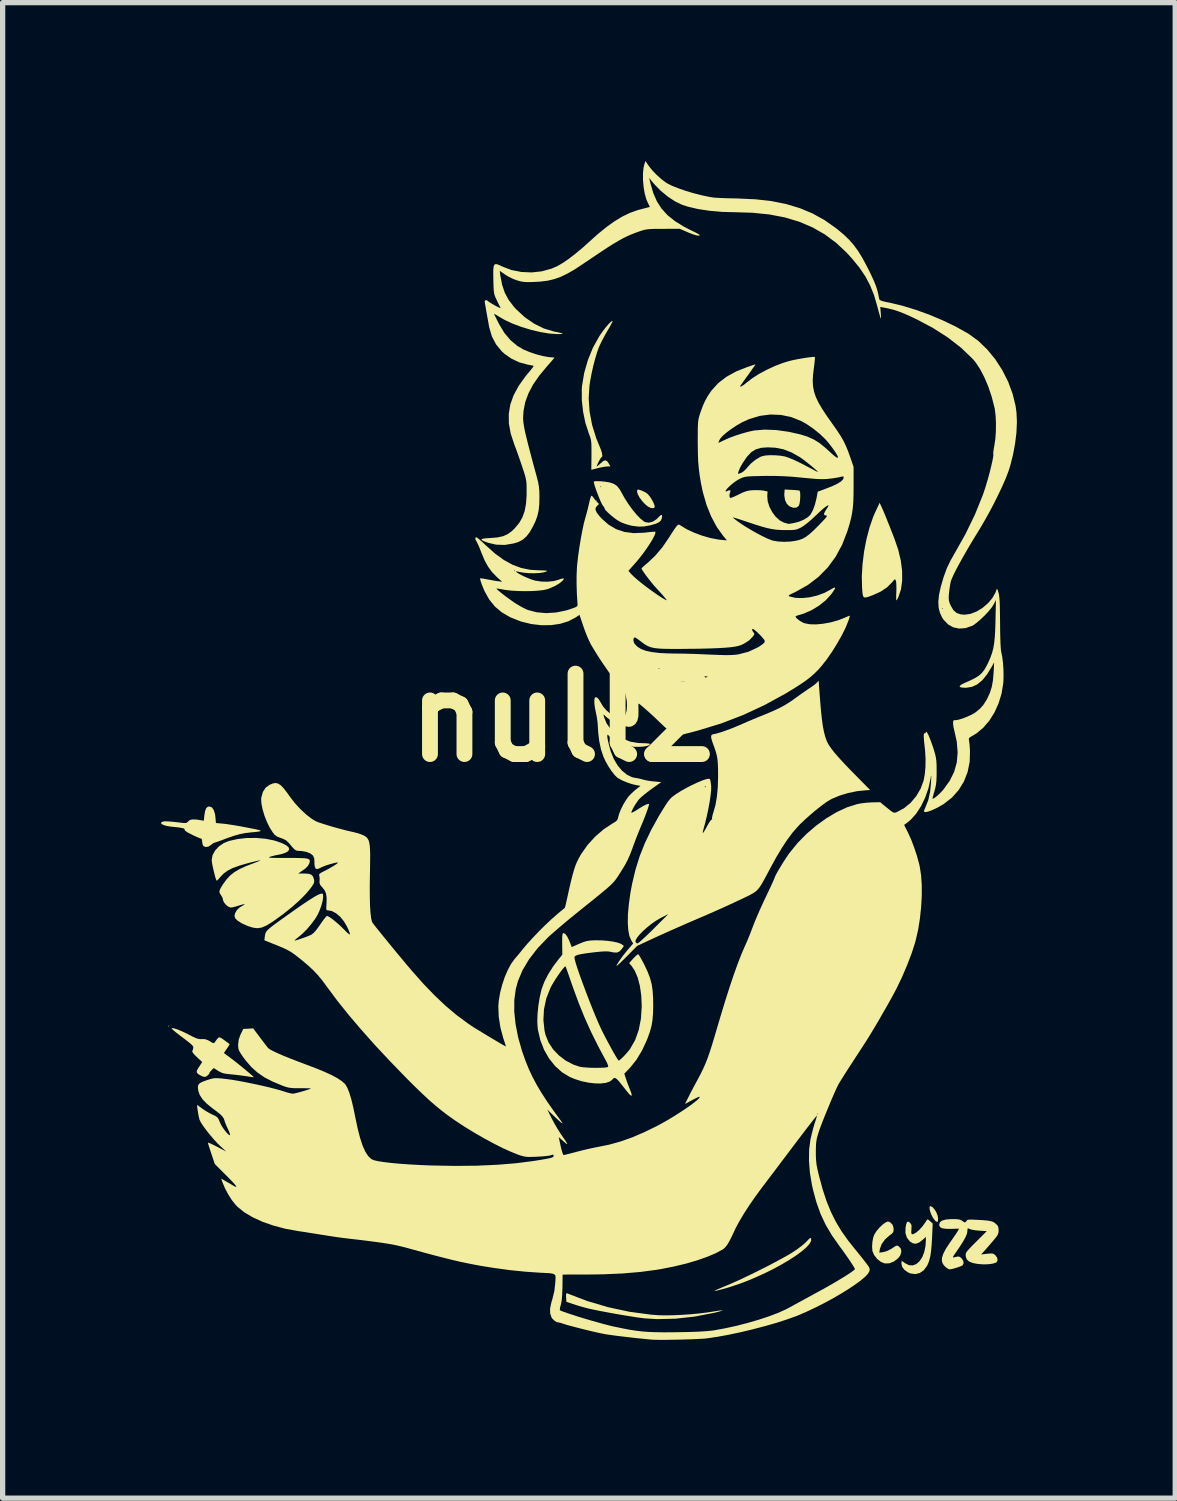
<source format=kicad_pcb>
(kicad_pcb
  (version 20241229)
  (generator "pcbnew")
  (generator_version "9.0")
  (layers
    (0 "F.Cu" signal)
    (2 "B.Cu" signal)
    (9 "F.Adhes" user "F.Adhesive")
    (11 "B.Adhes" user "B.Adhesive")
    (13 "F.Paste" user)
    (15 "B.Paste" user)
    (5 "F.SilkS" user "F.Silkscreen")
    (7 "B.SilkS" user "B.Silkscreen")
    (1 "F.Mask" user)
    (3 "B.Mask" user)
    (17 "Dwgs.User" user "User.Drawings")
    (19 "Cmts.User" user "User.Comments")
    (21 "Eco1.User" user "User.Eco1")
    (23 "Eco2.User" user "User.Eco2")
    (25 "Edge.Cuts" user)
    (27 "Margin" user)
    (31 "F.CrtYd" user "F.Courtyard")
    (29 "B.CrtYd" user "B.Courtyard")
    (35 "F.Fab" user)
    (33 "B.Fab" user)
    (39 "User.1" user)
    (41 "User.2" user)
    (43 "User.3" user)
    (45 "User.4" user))
  (footprint "null2"
    (layer "F.Cu")
    (at 7.637 10.548)
    (property "Reference" "null2" (at 0 0 0) (layer "F.SilkS") (effects (font (size 1.524 1.524) (thickness 0.3))))
    (attr board_only exclude_from_pos_files exclude_from_bom)
    (fp_poly (pts (xy -7.482 5.844) (xy -7.491 5.853) (xy -7.5 5.844) (xy -7.491 5.835)) (stroke (width 0) (type solid)) (fill yes) (layer "F.SilkS"))
    (fp_poly (pts (xy 0.626 -4.108) (xy 0.618 -4.099) (xy 0.609 -4.108) (xy 0.618 -4.117)) (stroke (width 0) (type solid)) (fill yes) (layer "F.SilkS"))
    (fp_poly (pts (xy 6.979 9.272) (xy 7.018 9.315) (xy 7.054 9.372) (xy 7.079 9.436) (xy 7.088 9.491) (xy 7.084 9.54) (xy 7.07 9.556) (xy 7.041 9.539) (xy 7.021 9.518) (xy 6.989 9.475) (xy 6.961 9.42) (xy 6.939 9.362) (xy 6.927 9.31) (xy 6.926 9.271) (xy 6.938 9.255) (xy 6.941 9.255)) (stroke (width 0) (type solid)) (fill yes) (layer "F.SilkS"))
    (fp_poly (pts (xy 1.458 -4.307) (xy 1.472 -4.302) (xy 1.539 -4.271) (xy 1.589 -4.235) (xy 1.632 -4.182) (xy 1.667 -4.126) (xy 1.705 -4.051) (xy 1.719 -4.001) (xy 1.708 -3.974) (xy 1.672 -3.969) (xy 1.638 -3.976) (xy 1.588 -4.001) (xy 1.534 -4.046) (xy 1.48 -4.105) (xy 1.433 -4.168) (xy 1.399 -4.23) (xy 1.383 -4.281) (xy 1.385 -4.305) (xy 1.395 -4.32) (xy 1.416 -4.321)) (stroke (width 0) (type solid)) (fill yes) (layer "F.SilkS"))
    (fp_poly (pts (xy 4.314 -4.316) (xy 4.38 -4.312) (xy 4.432 -4.307) (xy 4.46 -4.303) (xy 4.462 -4.302) (xy 4.472 -4.278) (xy 4.476 -4.23) (xy 4.475 -4.169) (xy 4.47 -4.105) (xy 4.461 -4.05) (xy 4.448 -4.015) (xy 4.447 -4.014) (xy 4.405 -3.981) (xy 4.346 -3.977) (xy 4.278 -4) (xy 4.276 -4.001) (xy 4.224 -4.048) (xy 4.189 -4.119) (xy 4.174 -4.205) (xy 4.174 -4.238) (xy 4.18 -4.323)) (stroke (width 0) (type solid)) (fill yes) (layer "F.SilkS"))
    (fp_poly (pts (xy 0.439 11.053) (xy 0.835 11.17) (xy 1.24 11.257) (xy 1.645 11.311) (xy 1.79 11.322) (xy 1.91 11.325) (xy 2.055 11.323) (xy 2.216 11.316) (xy 2.384 11.305) (xy 2.547 11.29) (xy 2.698 11.272) (xy 2.791 11.258) (xy 2.872 11.245) (xy 2.939 11.235) (xy 2.985 11.23) (xy 3.002 11.23) (xy 2.989 11.237) (xy 2.949 11.25) (xy 2.888 11.266) (xy 2.852 11.275) (xy 2.475 11.348) (xy 2.113 11.388) (xy 1.765 11.396) (xy 1.53 11.382) (xy 1.455 11.373) (xy 1.351 11.358) (xy 1.227 11.338) (xy 1.09 11.316) (xy 0.948 11.291) (xy 0.807 11.265) (xy 0.674 11.24) (xy 0.558 11.216) (xy 0.466 11.196) (xy 0.43 11.187) (xy 0.341 11.163) (xy 0.243 11.134) (xy 0.17 11.11) (xy 0.045 11.068) (xy 0.039 10.982) (xy 0.038 10.93) (xy 0.045 10.907) (xy 0.057 10.907)) (stroke (width 0) (type solid)) (fill yes) (layer "F.SilkS"))
    (fp_poly (pts (xy 4.68 9.864) (xy 4.682 9.869) (xy 4.681 9.915) (xy 4.65 9.971) (xy 4.591 10.037) (xy 4.507 10.109) (xy 4.402 10.187) (xy 4.278 10.268) (xy 4.139 10.351) (xy 3.988 10.434) (xy 3.827 10.515) (xy 3.659 10.592) (xy 3.488 10.665) (xy 3.317 10.73) (xy 3.148 10.786) (xy 3.069 10.81) (xy 2.965 10.838) (xy 2.894 10.856) (xy 2.858 10.862) (xy 2.855 10.857) (xy 2.886 10.842) (xy 2.9 10.836) (xy 2.941 10.818) (xy 3.007 10.79) (xy 3.086 10.757) (xy 3.159 10.726) (xy 3.275 10.675) (xy 3.408 10.613) (xy 3.554 10.543) (xy 3.705 10.468) (xy 3.856 10.392) (xy 4.001 10.316) (xy 4.132 10.245) (xy 4.245 10.182) (xy 4.333 10.129) (xy 4.35 10.118) (xy 4.43 10.063) (xy 4.505 10.006) (xy 4.567 9.954) (xy 4.604 9.917) (xy 4.643 9.875) (xy 4.667 9.858)) (stroke (width 0) (type solid)) (fill yes) (layer "F.SilkS"))
    (fp_poly (pts (xy 6.16 9.551) (xy 6.191 9.572) (xy 6.227 9.612) (xy 6.243 9.669) (xy 6.244 9.679) (xy 6.244 9.723) (xy 6.234 9.753) (xy 6.206 9.782) (xy 6.168 9.81) (xy 6.081 9.887) (xy 6.018 9.975) (xy 5.985 10.064) (xy 5.984 10.069) (xy 5.973 10.137) (xy 6.05 10.126) (xy 6.12 10.106) (xy 6.197 10.067) (xy 6.217 10.054) (xy 6.267 10.02) (xy 6.299 10.004) (xy 6.321 10.005) (xy 6.345 10.019) (xy 6.348 10.021) (xy 6.384 10.067) (xy 6.391 10.125) (xy 6.371 10.188) (xy 6.333 10.24) (xy 6.249 10.305) (xy 6.162 10.339) (xy 6.077 10.341) (xy 6.005 10.313) (xy 5.932 10.255) (xy 5.876 10.183) (xy 5.844 10.109) (xy 5.843 10.102) (xy 5.837 10.022) (xy 5.843 9.932) (xy 5.859 9.847) (xy 5.88 9.792) (xy 5.921 9.727) (xy 5.978 9.66) (xy 6.039 9.602) (xy 6.092 9.565) (xy 6.131 9.548)) (stroke (width 0) (type solid)) (fill yes) (layer "F.SilkS"))
    (fp_poly (pts (xy 6.023 -3.979) (xy 6.049 -3.92) (xy 6.082 -3.841) (xy 6.117 -3.756) (xy 6.129 -3.724) (xy 6.168 -3.628) (xy 6.211 -3.518) (xy 6.25 -3.418) (xy 6.257 -3.4) (xy 6.331 -3.185) (xy 6.381 -2.977) (xy 6.406 -2.779) (xy 6.407 -2.596) (xy 6.384 -2.43) (xy 6.335 -2.286) (xy 6.312 -2.24) (xy 6.301 -2.224) (xy 6.295 -2.227) (xy 6.293 -2.254) (xy 6.293 -2.308) (xy 6.296 -2.374) (xy 6.298 -2.455) (xy 6.296 -2.526) (xy 6.292 -2.577) (xy 6.288 -2.593) (xy 6.277 -2.617) (xy 6.266 -2.621) (xy 6.246 -2.602) (xy 6.213 -2.562) (xy 6.119 -2.468) (xy 5.997 -2.387) (xy 5.859 -2.325) (xy 5.775 -2.293) (xy 5.719 -2.277) (xy 5.684 -2.28) (xy 5.665 -2.306) (xy 5.655 -2.36) (xy 5.648 -2.446) (xy 5.647 -2.461) (xy 5.642 -2.678) (xy 5.656 -2.909) (xy 5.685 -3.147) (xy 5.73 -3.38) (xy 5.788 -3.602) (xy 5.857 -3.803) (xy 5.9 -3.902) (xy 5.98 -4.071)) (stroke (width 0) (type solid)) (fill yes) (layer "F.SilkS"))
    (fp_poly (pts (xy 6.899 9.51) (xy 6.928 9.533) (xy 6.936 9.541) (xy 6.985 9.585) (xy 6.974 9.84) (xy 6.965 9.99) (xy 6.954 10.109) (xy 6.94 10.205) (xy 6.921 10.282) (xy 6.897 10.348) (xy 6.878 10.387) (xy 6.816 10.47) (xy 6.741 10.522) (xy 6.656 10.543) (xy 6.565 10.531) (xy 6.516 10.51) (xy 6.447 10.46) (xy 6.405 10.403) (xy 6.393 10.342) (xy 6.393 10.339) (xy 6.399 10.291) (xy 6.461 10.336) (xy 6.535 10.374) (xy 6.607 10.378) (xy 6.675 10.353) (xy 6.735 10.3) (xy 6.787 10.223) (xy 6.825 10.125) (xy 6.849 10.009) (xy 6.856 9.901) (xy 6.856 9.838) (xy 6.806 9.884) (xy 6.734 9.941) (xy 6.671 9.967) (xy 6.613 9.961) (xy 6.554 9.925) (xy 6.497 9.854) (xy 6.469 9.765) (xy 6.47 9.669) (xy 6.483 9.597) (xy 6.498 9.558) (xy 6.519 9.548) (xy 6.547 9.563) (xy 6.552 9.568) (xy 6.575 9.595) (xy 6.585 9.627) (xy 6.583 9.678) (xy 6.582 9.697) (xy 6.579 9.758) (xy 6.588 9.787) (xy 6.615 9.787) (xy 6.664 9.76) (xy 6.678 9.751) (xy 6.733 9.703) (xy 6.795 9.634) (xy 6.852 9.554) (xy 6.867 9.53) (xy 6.882 9.509)) (stroke (width 0) (type solid)) (fill yes) (layer "F.SilkS"))
    (fp_poly (pts (xy 0.708 -4.478) (xy 0.78 -4.471) (xy 0.847 -4.46) (xy 0.867 -4.456) (xy 0.947 -4.429) (xy 1.008 -4.386) (xy 1.059 -4.319) (xy 1.087 -4.269) (xy 1.15 -4.156) (xy 1.222 -4.044) (xy 1.298 -3.939) (xy 1.375 -3.846) (xy 1.447 -3.772) (xy 1.51 -3.721) (xy 1.539 -3.705) (xy 1.609 -3.695) (xy 1.684 -3.715) (xy 1.755 -3.762) (xy 1.784 -3.791) (xy 1.826 -3.833) (xy 1.851 -3.842) (xy 1.859 -3.821) (xy 1.853 -3.778) (xy 1.835 -3.736) (xy 1.799 -3.703) (xy 1.74 -3.675) (xy 1.651 -3.649) (xy 1.625 -3.643) (xy 1.516 -3.623) (xy 1.415 -3.62) (xy 1.307 -3.633) (xy 1.26 -3.642) (xy 1.182 -3.664) (xy 1.102 -3.693) (xy 1.061 -3.712) (xy 1.01 -3.742) (xy 0.95 -3.785) (xy 0.89 -3.834) (xy 0.835 -3.882) (xy 0.793 -3.925) (xy 0.771 -3.955) (xy 0.77 -3.961) (xy 0.759 -3.988) (xy 0.736 -4.017) (xy 0.718 -4.047) (xy 0.693 -4.099) (xy 0.664 -4.167) (xy 0.635 -4.242) (xy 0.607 -4.317) (xy 0.587 -4.377) (xy 0.68 -4.377) (xy 0.689 -4.368) (xy 0.698 -4.377) (xy 0.689 -4.385) (xy 0.68 -4.377) (xy 0.587 -4.377) (xy 0.584 -4.386) (xy 0.569 -4.439) (xy 0.564 -4.469) (xy 0.565 -4.473) (xy 0.59 -4.48) (xy 0.641 -4.481)) (stroke (width 0) (type solid)) (fill yes) (layer "F.SilkS"))
    (fp_poly (pts (xy 0.92 -7.516) (xy 0.915 -7.499) (xy 0.894 -7.457) (xy 0.862 -7.397) (xy 0.822 -7.33) (xy 0.772 -7.242) (xy 0.723 -7.15) (xy 0.682 -7.066) (xy 0.662 -7.022) (xy 0.627 -6.926) (xy 0.591 -6.805) (xy 0.555 -6.669) (xy 0.523 -6.527) (xy 0.497 -6.389) (xy 0.482 -6.292) (xy 0.467 -6.05) (xy 0.484 -5.799) (xy 0.532 -5.546) (xy 0.61 -5.295) (xy 0.671 -5.146) (xy 0.7 -5.075) (xy 0.719 -5.013) (xy 0.726 -4.966) (xy 0.721 -4.942) (xy 0.716 -4.94) (xy 0.701 -4.926) (xy 0.677 -4.888) (xy 0.657 -4.851) (xy 0.634 -4.803) (xy 0.622 -4.77) (xy 0.622 -4.761) (xy 0.641 -4.773) (xy 0.675 -4.802) (xy 0.699 -4.825) (xy 0.749 -4.866) (xy 0.787 -4.876) (xy 0.821 -4.854) (xy 0.848 -4.815) (xy 0.879 -4.761) (xy 0.82 -4.76) (xy 0.772 -4.755) (xy 0.705 -4.743) (xy 0.639 -4.728) (xy 0.517 -4.696) (xy 0.52 -4.975) (xy 0.52 -5.082) (xy 0.519 -5.161) (xy 0.516 -5.22) (xy 0.509 -5.268) (xy 0.497 -5.311) (xy 0.48 -5.358) (xy 0.469 -5.388) (xy 0.405 -5.584) (xy 0.361 -5.796) (xy 0.337 -6.012) (xy 0.336 -6.218) (xy 0.341 -6.287) (xy 0.382 -6.532) (xy 0.452 -6.775) (xy 0.547 -7.009) (xy 0.665 -7.222) (xy 0.685 -7.252) (xy 0.738 -7.328) (xy 0.792 -7.397) (xy 0.841 -7.455) (xy 0.883 -7.496) (xy 0.911 -7.517)) (stroke (width 0) (type solid)) (fill yes) (layer "F.SilkS"))
    (fp_poly (pts (xy -6.674 1.699) (xy -6.638 1.748) (xy -6.613 1.825) (xy -6.605 1.888) (xy -6.596 1.996) (xy -6.456 2.009) (xy -6.4 2.015) (xy -6.324 2.027) (xy -6.233 2.041) (xy -6.135 2.058) (xy -6.035 2.077) (xy -5.941 2.095) (xy -5.859 2.111) (xy -5.795 2.125) (xy -5.757 2.136) (xy -5.749 2.139) (xy -5.752 2.149) (xy -5.783 2.158) (xy -5.846 2.166) (xy -5.925 2.173) (xy -6.037 2.186) (xy -6.148 2.208) (xy -6.267 2.242) (xy -6.405 2.291) (xy -6.432 2.301) (xy -6.505 2.329) (xy -6.567 2.351) (xy -6.61 2.365) (xy -6.623 2.368) (xy -6.654 2.383) (xy -6.69 2.412) (xy -6.74 2.444) (xy -6.792 2.451) (xy -6.834 2.431) (xy -6.849 2.399) (xy -6.856 2.352) (xy -6.856 2.35) (xy -6.861 2.309) (xy -6.875 2.291) (xy -6.877 2.291) (xy -6.901 2.284) (xy -6.949 2.264) (xy -7.013 2.235) (xy -7.048 2.218) (xy -7.128 2.177) (xy -7.176 2.145) (xy -7.19 2.123) (xy -7.19 2.122) (xy -7.191 2.109) (xy -7.208 2.098) (xy -7.246 2.089) (xy -7.31 2.079) (xy -7.404 2.069) (xy -7.437 2.066) (xy -7.518 2.054) (xy -7.58 2.037) (xy -7.621 2.017) (xy -7.637 1.997) (xy -7.624 1.979) (xy -7.583 1.965) (xy -7.547 1.964) (xy -7.486 1.967) (xy -7.408 1.973) (xy -7.345 1.98) (xy -7.26 1.99) (xy -7.203 1.996) (xy -7.167 1.995) (xy -7.146 1.989) (xy -7.131 1.977) (xy -7.122 1.966) (xy -7.09 1.94) (xy -7.042 1.928) (xy -6.971 1.93) (xy -6.907 1.939) (xy -6.825 1.953) (xy -6.815 1.855) (xy -6.801 1.769) (xy -6.78 1.714) (xy -6.748 1.687) (xy -6.721 1.683)) (stroke (width 0) (type solid)) (fill yes) (layer "F.SilkS"))
    (fp_poly (pts (xy -7.4 5.885) (xy -7.372 5.892) (xy -7.324 5.907) (xy -7.255 5.936) (xy -7.175 5.973) (xy -7.115 6.003) (xy -7.032 6.046) (xy -6.972 6.073) (xy -6.926 6.087) (xy -6.888 6.091) (xy -6.862 6.09) (xy -6.803 6.091) (xy -6.747 6.111) (xy -6.713 6.13) (xy -6.667 6.158) (xy -6.641 6.167) (xy -6.625 6.16) (xy -6.614 6.146) (xy -6.575 6.091) (xy -6.548 6.063) (xy -6.524 6.057) (xy -6.492 6.073) (xy -6.44 6.108) (xy -6.437 6.111) (xy -6.387 6.147) (xy -6.351 6.174) (xy -6.337 6.188) (xy -6.337 6.188) (xy -6.346 6.206) (xy -6.37 6.244) (xy -6.391 6.275) (xy -6.445 6.354) (xy -6.295 6.466) (xy -6.237 6.51) (xy -6.171 6.563) (xy -6.1 6.62) (xy -6.031 6.677) (xy -5.969 6.729) (xy -5.919 6.772) (xy -5.887 6.802) (xy -5.877 6.813) (xy -5.895 6.812) (xy -5.939 6.806) (xy -6.002 6.796) (xy -6.023 6.793) (xy -6.116 6.78) (xy -6.221 6.767) (xy -6.317 6.758) (xy -6.319 6.757) (xy -6.404 6.748) (xy -6.466 6.735) (xy -6.517 6.713) (xy -6.554 6.692) (xy -6.638 6.639) (xy -6.683 6.685) (xy -6.71 6.714) (xy -6.72 6.73) (xy -6.718 6.73) (xy -6.718 6.74) (xy -6.735 6.762) (xy -6.762 6.787) (xy -6.784 6.802) (xy -6.828 6.805) (xy -6.866 6.791) (xy -6.926 6.757) (xy -6.956 6.728) (xy -6.959 6.695) (xy -6.937 6.649) (xy -6.916 6.618) (xy -6.856 6.525) (xy -6.956 6.432) (xy -7.004 6.385) (xy -7.035 6.346) (xy -7.045 6.322) (xy -7.044 6.32) (xy -7.032 6.287) (xy -7.025 6.259) (xy -7.025 6.238) (xy -7.038 6.215) (xy -7.067 6.185) (xy -7.116 6.145) (xy -7.19 6.088) (xy -7.203 6.078) (xy -7.276 6.023) (xy -7.341 5.973) (xy -7.39 5.933) (xy -7.418 5.908) (xy -7.419 5.907) (xy -7.435 5.888) (xy -7.431 5.881)) (stroke (width 0) (type solid)) (fill yes) (layer "F.SilkS"))
    (fp_poly (pts (xy 7.432 9.502) (xy 7.485 9.508) (xy 7.524 9.521) (xy 7.548 9.537) (xy 7.584 9.56) (xy 7.603 9.563) (xy 7.618 9.546) (xy 7.622 9.539) (xy 7.635 9.524) (xy 7.654 9.514) (xy 7.687 9.51) (xy 7.741 9.511) (xy 7.824 9.515) (xy 7.827 9.515) (xy 7.936 9.521) (xy 8.017 9.528) (xy 8.074 9.537) (xy 8.116 9.548) (xy 8.148 9.564) (xy 8.177 9.586) (xy 8.18 9.588) (xy 8.216 9.625) (xy 8.231 9.666) (xy 8.234 9.712) (xy 8.232 9.751) (xy 8.223 9.785) (xy 8.202 9.822) (xy 8.165 9.871) (xy 8.115 9.93) (xy 8.059 9.995) (xy 8.006 10.056) (xy 7.965 10.103) (xy 7.949 10.12) (xy 7.903 10.171) (xy 8.016 10.158) (xy 8.08 10.152) (xy 8.12 10.154) (xy 8.149 10.166) (xy 8.173 10.186) (xy 8.206 10.232) (xy 8.215 10.279) (xy 8.198 10.316) (xy 8.185 10.325) (xy 8.119 10.346) (xy 8.031 10.357) (xy 7.932 10.358) (xy 7.834 10.35) (xy 7.746 10.333) (xy 7.681 10.307) (xy 7.673 10.303) (xy 7.631 10.264) (xy 7.613 10.215) (xy 7.611 10.198) (xy 7.61 10.172) (xy 7.615 10.148) (xy 7.629 10.121) (xy 7.656 10.087) (xy 7.7 10.04) (xy 7.763 9.975) (xy 7.808 9.931) (xy 8.01 9.729) (xy 7.867 9.72) (xy 7.794 9.713) (xy 7.73 9.702) (xy 7.688 9.69) (xy 7.684 9.688) (xy 7.656 9.675) (xy 7.645 9.685) (xy 7.643 9.72) (xy 7.635 9.775) (xy 7.607 9.843) (xy 7.559 9.93) (xy 7.489 10.038) (xy 7.474 10.06) (xy 7.422 10.135) (xy 7.388 10.185) (xy 7.371 10.214) (xy 7.371 10.227) (xy 7.384 10.228) (xy 7.41 10.221) (xy 7.421 10.218) (xy 7.468 10.209) (xy 7.501 10.218) (xy 7.529 10.241) (xy 7.562 10.287) (xy 7.571 10.336) (xy 7.553 10.375) (xy 7.549 10.378) (xy 7.519 10.393) (xy 7.466 10.413) (xy 7.405 10.432) (xy 7.348 10.447) (xy 7.307 10.453) (xy 7.304 10.453) (xy 7.275 10.442) (xy 7.234 10.413) (xy 7.218 10.399) (xy 7.178 10.35) (xy 7.159 10.295) (xy 7.162 10.23) (xy 7.188 10.152) (xy 7.238 10.058) (xy 7.313 9.944) (xy 7.339 9.908) (xy 7.385 9.841) (xy 7.426 9.782) (xy 7.455 9.737) (xy 7.463 9.723) (xy 7.484 9.682) (xy 7.336 9.686) (xy 7.236 9.685) (xy 7.167 9.675) (xy 7.126 9.654) (xy 7.11 9.622) (xy 7.11 9.598) (xy 7.126 9.556) (xy 7.168 9.527) (xy 7.237 9.509) (xy 7.337 9.501) (xy 7.355 9.501)) (stroke (width 0) (type solid)) (fill yes) (layer "F.SilkS"))
    (fp_poly (pts (xy -5.658 2.294) (xy -5.495 2.326) (xy -5.352 2.374) (xy -5.264 2.418) (xy -5.219 2.457) (xy -5.208 2.495) (xy -5.229 2.531) (xy -5.283 2.562) (xy -5.366 2.588) (xy -5.4 2.595) (xy -5.472 2.609) (xy -5.539 2.626) (xy -5.574 2.636) (xy -5.59 2.644) (xy -5.589 2.649) (xy -5.569 2.653) (xy -5.525 2.656) (xy -5.454 2.657) (xy -5.353 2.658) (xy -5.245 2.658) (xy -5.107 2.658) (xy -5.001 2.66) (xy -4.924 2.663) (xy -4.87 2.67) (xy -4.837 2.681) (xy -4.821 2.696) (xy -4.817 2.718) (xy -4.822 2.746) (xy -4.826 2.76) (xy -4.853 2.81) (xy -4.906 2.862) (xy -4.94 2.886) (xy -5.036 2.953) (xy -4.919 2.953) (xy -4.84 2.958) (xy -4.788 2.975) (xy -4.756 3.01) (xy -4.737 3.066) (xy -4.736 3.071) (xy -4.733 3.105) (xy -4.742 3.14) (xy -4.768 3.184) (xy -4.802 3.232) (xy -4.895 3.343) (xy -5.015 3.464) (xy -5.157 3.59) (xy -5.316 3.718) (xy -5.487 3.842) (xy -5.54 3.878) (xy -5.64 3.939) (xy -5.725 3.976) (xy -5.805 3.989) (xy -5.888 3.98) (xy -5.983 3.951) (xy -5.989 3.949) (xy -6.098 3.901) (xy -6.183 3.848) (xy -6.228 3.805) (xy -6.244 3.761) (xy -6.233 3.706) (xy -6.201 3.649) (xy -6.151 3.599) (xy -6.097 3.566) (xy -6.059 3.546) (xy -6.052 3.536) (xy -6.073 3.536) (xy -6.116 3.546) (xy -6.166 3.562) (xy -6.23 3.581) (xy -6.286 3.594) (xy -6.314 3.598) (xy -6.358 3.583) (xy -6.404 3.547) (xy -6.443 3.501) (xy -6.462 3.455) (xy -6.462 3.448) (xy -6.473 3.407) (xy -6.498 3.365) (xy -6.522 3.329) (xy -6.53 3.296) (xy -6.52 3.257) (xy -6.491 3.203) (xy -6.462 3.157) (xy -6.396 3.066) (xy -6.326 2.99) (xy -6.245 2.926) (xy -6.146 2.868) (xy -6.024 2.812) (xy -5.898 2.764) (xy -5.831 2.739) (xy -5.782 2.719) (xy -5.756 2.707) (xy -5.755 2.704) (xy -5.788 2.708) (xy -5.846 2.721) (xy -5.923 2.739) (xy -6.008 2.762) (xy -6.095 2.787) (xy -6.149 2.803) (xy -6.275 2.848) (xy -6.373 2.898) (xy -6.452 2.956) (xy -6.51 3.016) (xy -6.546 3.058) (xy -6.573 3.084) (xy -6.583 3.089) (xy -6.594 3.065) (xy -6.61 3.015) (xy -6.627 2.948) (xy -6.645 2.873) (xy -6.661 2.8) (xy -6.672 2.738) (xy -6.676 2.696) (xy -6.676 2.694) (xy -6.659 2.604) (xy -6.611 2.517) (xy -6.539 2.439) (xy -6.446 2.376) (xy -6.352 2.337) (xy -6.187 2.3) (xy -6.011 2.28) (xy -5.833 2.279)) (stroke (width 0) (type solid)) (fill yes) (layer "F.SilkS"))
    (fp_poly (pts (xy 0.022 4.096) (xy 0.057 4.141) (xy 0.096 4.22) (xy 0.106 4.245) (xy 0.146 4.346) (xy 0.29 4.283) (xy 0.364 4.253) (xy 0.424 4.234) (xy 0.485 4.224) (xy 0.559 4.219) (xy 0.606 4.218) (xy 0.717 4.22) (xy 0.828 4.229) (xy 0.929 4.243) (xy 1.015 4.262) (xy 1.076 4.284) (xy 1.096 4.296) (xy 1.134 4.326) (xy 1.095 4.382) (xy 1.052 4.428) (xy 1.005 4.45) (xy 0.941 4.449) (xy 0.895 4.439) (xy 0.851 4.431) (xy 0.799 4.428) (xy 0.732 4.43) (xy 0.644 4.438) (xy 0.558 4.447) (xy 0.43 4.463) (xy 0.335 4.478) (xy 0.267 4.493) (xy 0.224 4.508) (xy 0.202 4.526) (xy 0.197 4.544) (xy 0.204 4.583) (xy 0.222 4.651) (xy 0.251 4.743) (xy 0.289 4.854) (xy 0.334 4.979) (xy 0.384 5.114) (xy 0.437 5.255) (xy 0.492 5.397) (xy 0.547 5.535) (xy 0.6 5.664) (xy 0.649 5.78) (xy 0.694 5.879) (xy 0.72 5.934) (xy 0.771 6.034) (xy 0.825 6.136) (xy 0.878 6.234) (xy 0.927 6.324) (xy 0.971 6.4) (xy 1.006 6.457) (xy 1.029 6.491) (xy 1.036 6.498) (xy 1.058 6.485) (xy 1.095 6.452) (xy 1.142 6.405) (xy 1.19 6.352) (xy 1.234 6.3) (xy 1.256 6.269) (xy 1.349 6.105) (xy 1.416 5.916) (xy 1.457 5.705) (xy 1.472 5.474) (xy 1.472 5.459) (xy 1.463 5.262) (xy 1.437 5.082) (xy 1.396 4.925) (xy 1.34 4.794) (xy 1.28 4.704) (xy 1.234 4.65) (xy 1.311 4.564) (xy 1.353 4.521) (xy 1.387 4.491) (xy 1.405 4.483) (xy 1.42 4.499) (xy 1.446 4.542) (xy 1.481 4.604) (xy 1.521 4.68) (xy 1.526 4.691) (xy 1.586 4.819) (xy 1.63 4.936) (xy 1.661 5.051) (xy 1.679 5.175) (xy 1.688 5.316) (xy 1.69 5.459) (xy 1.686 5.606) (xy 1.676 5.729) (xy 1.658 5.838) (xy 1.629 5.946) (xy 1.587 6.063) (xy 1.569 6.109) (xy 1.479 6.304) (xy 1.375 6.477) (xy 1.262 6.62) (xy 1.248 6.635) (xy 1.142 6.746) (xy 1.173 6.841) (xy 1.198 6.914) (xy 1.229 6.995) (xy 1.247 7.041) (xy 1.274 7.112) (xy 1.283 7.154) (xy 1.274 7.165) (xy 1.248 7.145) (xy 1.225 7.121) (xy 1.188 7.075) (xy 1.139 7.014) (xy 1.089 6.95) (xy 1.087 6.948) (xy 1.032 6.88) (xy 0.991 6.84) (xy 0.961 6.825) (xy 0.936 6.834) (xy 0.921 6.852) (xy 0.872 6.892) (xy 0.796 6.919) (xy 0.698 6.931) (xy 0.585 6.93) (xy 0.461 6.915) (xy 0.332 6.888) (xy 0.204 6.847) (xy 0.107 6.807) (xy -0.039 6.718) (xy -0.17 6.6) (xy -0.284 6.457) (xy -0.378 6.293) (xy -0.449 6.111) (xy -0.494 5.917) (xy -0.5 5.875) (xy -0.507 5.756) (xy -0.506 5.731) (xy -0.391 5.731) (xy -0.369 5.932) (xy -0.351 6.01) (xy -0.295 6.15) (xy -0.21 6.281) (xy -0.099 6.398) (xy 0.032 6.498) (xy 0.178 6.574) (xy 0.298 6.614) (xy 0.352 6.623) (xy 0.426 6.629) (xy 0.511 6.634) (xy 0.601 6.635) (xy 0.686 6.634) (xy 0.759 6.631) (xy 0.812 6.625) (xy 0.836 6.616) (xy 0.835 6.595) (xy 0.82 6.552) (xy 0.799 6.51) (xy 0.647 6.225) (xy 0.513 5.956) (xy 0.393 5.69) (xy 0.282 5.417) (xy 0.174 5.124) (xy 0.135 5.013) (xy 0.102 4.917) (xy 0.073 4.833) (xy 0.049 4.767) (xy 0.034 4.725) (xy 0.028 4.712) (xy 0.013 4.719) (xy -0.017 4.752) (xy -0.057 4.803) (xy -0.103 4.868) (xy -0.151 4.939) (xy -0.197 5.012) (xy -0.237 5.081) (xy -0.261 5.128) (xy -0.337 5.323) (xy -0.38 5.526) (xy -0.391 5.731) (xy -0.506 5.731) (xy -0.502 5.614) (xy -0.487 5.462) (xy -0.463 5.309) (xy -0.431 5.168) (xy -0.424 5.142) (xy -0.374 5.008) (xy -0.3 4.862) (xy -0.207 4.715) (xy -0.119 4.598) (xy -0.032 4.49) (xy -0.035 4.285) (xy -0.035 4.195) (xy -0.033 4.134) (xy -0.028 4.099) (xy -0.02 4.083) (xy -0.013 4.081)) (stroke (width 0) (type solid)) (fill yes) (layer "F.SilkS"))
    (fp_poly (pts (xy 4.854 -0.302) (xy 4.87 -0.116) (xy 4.887 0.039) (xy 4.905 0.167) (xy 4.926 0.274) (xy 4.95 0.364) (xy 4.978 0.441) (xy 4.984 0.456) (xy 5.015 0.514) (xy 5.062 0.583) (xy 5.126 0.665) (xy 5.21 0.762) (xy 5.316 0.877) (xy 5.446 1.012) (xy 5.526 1.093) (xy 5.801 1.372) (xy 5.715 1.376) (xy 5.551 1.393) (xy 5.382 1.428) (xy 5.22 1.477) (xy 5.077 1.537) (xy 5.033 1.561) (xy 4.958 1.609) (xy 4.865 1.678) (xy 4.762 1.759) (xy 4.657 1.849) (xy 4.556 1.939) (xy 4.467 2.024) (xy 4.424 2.07) (xy 4.325 2.184) (xy 4.228 2.315) (xy 4.129 2.465) (xy 4.024 2.64) (xy 3.912 2.844) (xy 3.911 2.846) (xy 3.844 2.973) (xy 3.79 3.073) (xy 3.746 3.151) (xy 3.707 3.211) (xy 3.669 3.258) (xy 3.628 3.295) (xy 3.58 3.328) (xy 3.52 3.361) (xy 3.443 3.399) (xy 3.347 3.444) (xy 3.328 3.453) (xy 3.212 3.508) (xy 3.073 3.572) (xy 2.921 3.64) (xy 2.767 3.708) (xy 2.621 3.772) (xy 2.571 3.793) (xy 2.426 3.855) (xy 2.265 3.925) (xy 2.1 3.998) (xy 1.941 4.068) (xy 1.801 4.132) (xy 1.765 4.148) (xy 1.387 4.323) (xy 1.174 4.538) (xy 1.096 4.615) (xy 1.041 4.668) (xy 1.007 4.696) (xy 0.994 4.703) (xy 0.998 4.688) (xy 1.002 4.681) (xy 1.057 4.593) (xy 1.122 4.504) (xy 1.203 4.403) (xy 1.222 4.381) (xy 1.31 4.279) (xy 1.292 4.249) (xy 1.353 4.249) (xy 1.377 4.274) (xy 1.391 4.278) (xy 1.412 4.266) (xy 1.453 4.232) (xy 1.511 4.179) (xy 1.582 4.113) (xy 1.662 4.035) (xy 1.698 3.999) (xy 1.978 3.72) (xy 1.828 3.797) (xy 1.743 3.847) (xy 1.656 3.908) (xy 1.572 3.975) (xy 1.495 4.044) (xy 1.43 4.111) (xy 1.382 4.171) (xy 1.356 4.219) (xy 1.353 4.249) (xy 1.292 4.249) (xy 1.273 4.218) (xy 1.238 4.136) (xy 1.217 4.024) (xy 1.208 3.884) (xy 1.211 3.72) (xy 1.228 3.535) (xy 1.256 3.331) (xy 1.291 3.143) (xy 1.354 2.88) (xy 1.432 2.629) (xy 1.53 2.381) (xy 1.649 2.131) (xy 1.793 1.87) (xy 1.879 1.729) (xy 1.933 1.643) (xy 1.976 1.581) (xy 2.014 1.535) (xy 2.054 1.498) (xy 2.103 1.462) (xy 2.127 1.445) (xy 2.221 1.386) (xy 2.322 1.329) (xy 2.365 1.307) (xy 2.667 1.307) (xy 2.674 1.321) (xy 2.679 1.319) (xy 2.681 1.297) (xy 2.679 1.295) (xy 2.668 1.297) (xy 2.667 1.307) (xy 2.365 1.307) (xy 2.424 1.277) (xy 2.521 1.231) (xy 2.609 1.194) (xy 2.682 1.169) (xy 2.735 1.157) (xy 2.762 1.162) (xy 2.772 1.187) (xy 2.781 1.238) (xy 2.788 1.301) (xy 2.787 1.374) (xy 2.777 1.474) (xy 2.759 1.594) (xy 2.735 1.726) (xy 2.706 1.864) (xy 2.673 2) (xy 2.65 2.084) (xy 2.633 2.147) (xy 2.627 2.18) (xy 2.634 2.184) (xy 2.654 2.156) (xy 2.688 2.097) (xy 2.716 2.045) (xy 2.75 1.987) (xy 2.779 1.946) (xy 2.798 1.928) (xy 2.801 1.929) (xy 2.808 1.93) (xy 2.804 1.922) (xy 2.804 1.895) (xy 2.814 1.847) (xy 2.829 1.797) (xy 2.869 1.657) (xy 2.896 1.501) (xy 2.913 1.322) (xy 2.919 1.114) (xy 2.919 1.099) (xy 2.918 0.971) (xy 2.914 0.869) (xy 2.907 0.786) (xy 2.894 0.713) (xy 2.874 0.64) (xy 2.847 0.56) (xy 2.835 0.528) (xy 2.804 0.441) (xy 2.788 0.381) (xy 2.788 0.343) (xy 2.803 0.322) (xy 2.833 0.312) (xy 2.839 0.311) (xy 2.893 0.3) (xy 2.973 0.276) (xy 3.072 0.242) (xy 3.181 0.201) (xy 3.295 0.154) (xy 3.391 0.113) (xy 3.481 0.073) (xy 3.59 0.027) (xy 3.703 -0.02) (xy 3.794 -0.056) (xy 3.946 -0.12) (xy 4.074 -0.179) (xy 4.187 -0.24) (xy 4.296 -0.308) (xy 4.403 -0.385) (xy 4.48 -0.44) (xy 4.559 -0.495) (xy 4.627 -0.542) (xy 4.654 -0.56) (xy 4.712 -0.599) (xy 4.762 -0.638) (xy 4.788 -0.662) (xy 4.824 -0.701)) (stroke (width 0) (type solid)) (fill yes) (layer "F.SilkS"))
    (fp_poly (pts (xy 1.601 -10.46) (xy 1.666 -10.377) (xy 1.75 -10.289) (xy 1.841 -10.207) (xy 1.928 -10.141) (xy 1.956 -10.123) (xy 2.048 -10.077) (xy 2.167 -10.03) (xy 2.304 -9.982) (xy 2.451 -9.938) (xy 2.599 -9.9) (xy 2.74 -9.87) (xy 2.837 -9.854) (xy 2.883 -9.851) (xy 2.957 -9.847) (xy 3.053 -9.843) (xy 3.163 -9.84) (xy 3.28 -9.838) (xy 3.294 -9.837) (xy 3.625 -9.822) (xy 3.929 -9.788) (xy 4.209 -9.732) (xy 4.468 -9.654) (xy 4.708 -9.554) (xy 4.933 -9.429) (xy 5.146 -9.28) (xy 5.182 -9.252) (xy 5.3 -9.153) (xy 5.4 -9.057) (xy 5.487 -8.958) (xy 5.567 -8.85) (xy 5.645 -8.724) (xy 5.726 -8.575) (xy 5.774 -8.482) (xy 5.831 -8.364) (xy 5.874 -8.269) (xy 5.907 -8.187) (xy 5.932 -8.111) (xy 5.952 -8.032) (xy 5.97 -7.94) (xy 5.971 -7.937) (xy 5.978 -7.92) (xy 5.998 -7.906) (xy 6.035 -7.892) (xy 6.096 -7.877) (xy 6.174 -7.862) (xy 6.409 -7.806) (xy 6.661 -7.729) (xy 6.919 -7.636) (xy 7.173 -7.529) (xy 7.414 -7.414) (xy 7.631 -7.293) (xy 7.664 -7.274) (xy 7.847 -7.141) (xy 8.017 -6.978) (xy 8.17 -6.792) (xy 8.303 -6.586) (xy 8.414 -6.367) (xy 8.499 -6.138) (xy 8.556 -5.905) (xy 8.573 -5.782) (xy 8.581 -5.603) (xy 8.572 -5.403) (xy 8.546 -5.191) (xy 8.506 -4.977) (xy 8.453 -4.769) (xy 8.421 -4.669) (xy 8.374 -4.545) (xy 8.31 -4.398) (xy 8.233 -4.235) (xy 8.148 -4.063) (xy 8.056 -3.889) (xy 7.962 -3.721) (xy 7.869 -3.564) (xy 7.857 -3.544) (xy 7.755 -3.378) (xy 7.659 -3.217) (xy 7.572 -3.066) (xy 7.495 -2.928) (xy 7.429 -2.805) (xy 7.378 -2.702) (xy 7.343 -2.623) (xy 7.325 -2.57) (xy 7.325 -2.569) (xy 7.313 -2.502) (xy 7.301 -2.42) (xy 7.293 -2.351) (xy 7.288 -2.279) (xy 7.291 -2.226) (xy 7.304 -2.177) (xy 7.327 -2.123) (xy 7.377 -2.038) (xy 7.438 -1.984) (xy 7.517 -1.957) (xy 7.591 -1.951) (xy 7.703 -1.967) (xy 7.818 -2.012) (xy 7.93 -2.08) (xy 8.031 -2.166) (xy 8.115 -2.265) (xy 8.175 -2.371) (xy 8.191 -2.416) (xy 8.2 -2.439) (xy 8.208 -2.438) (xy 8.22 -2.408) (xy 8.231 -2.372) (xy 8.24 -2.335) (xy 8.247 -2.285) (xy 8.253 -2.218) (xy 8.257 -2.13) (xy 8.259 -2.017) (xy 8.261 -1.874) (xy 8.262 -1.799) (xy 8.263 -1.648) (xy 8.266 -1.514) (xy 8.27 -1.402) (xy 8.275 -1.316) (xy 8.281 -1.26) (xy 8.284 -1.244) (xy 8.302 -1.158) (xy 8.316 -1.049) (xy 8.325 -0.926) (xy 8.328 -0.803) (xy 8.325 -0.691) (xy 8.322 -0.653) (xy 8.291 -0.459) (xy 8.234 -0.273) (xy 8.156 -0.099) (xy 8.058 0.057) (xy 7.944 0.19) (xy 7.816 0.297) (xy 7.742 0.342) (xy 7.693 0.37) (xy 7.671 0.393) (xy 7.67 0.418) (xy 7.671 0.421) (xy 7.677 0.454) (xy 7.684 0.512) (xy 7.689 0.587) (xy 7.692 0.63) (xy 7.686 0.835) (xy 7.647 1.029) (xy 7.577 1.209) (xy 7.477 1.372) (xy 7.349 1.515) (xy 7.193 1.637) (xy 7.071 1.707) (xy 6.972 1.753) (xy 6.895 1.781) (xy 6.845 1.79) (xy 6.821 1.779) (xy 6.82 1.771) (xy 6.828 1.743) (xy 6.846 1.702) (xy 6.847 1.699) (xy 6.901 1.564) (xy 6.937 1.402) (xy 6.953 1.235) (xy 6.957 1.156) (xy 6.958 1.11) (xy 6.956 1.095) (xy 6.952 1.11) (xy 6.945 1.151) (xy 6.945 1.155) (xy 6.904 1.339) (xy 6.843 1.514) (xy 6.765 1.676) (xy 6.672 1.819) (xy 6.568 1.935) (xy 6.493 1.997) (xy 6.444 2.032) (xy 6.52 2.184) (xy 6.577 2.309) (xy 6.633 2.457) (xy 6.685 2.613) (xy 6.727 2.765) (xy 6.74 2.823) (xy 6.765 2.984) (xy 6.778 3.171) (xy 6.778 3.376) (xy 6.766 3.59) (xy 6.743 3.806) (xy 6.71 4.015) (xy 6.665 4.211) (xy 6.651 4.265) (xy 6.585 4.469) (xy 6.501 4.688) (xy 6.406 4.911) (xy 6.303 5.126) (xy 6.216 5.289) (xy 6.116 5.468) (xy 6.028 5.621) (xy 5.951 5.755) (xy 5.88 5.875) (xy 5.812 5.988) (xy 5.743 6.099) (xy 5.669 6.215) (xy 5.587 6.341) (xy 5.531 6.426) (xy 5.455 6.544) (xy 5.382 6.655) (xy 5.318 6.756) (xy 5.264 6.842) (xy 5.223 6.908) (xy 5.198 6.95) (xy 5.194 6.957) (xy 5.161 7.026) (xy 5.119 7.12) (xy 5.07 7.232) (xy 5.019 7.355) (xy 4.967 7.481) (xy 4.918 7.602) (xy 4.876 7.71) (xy 4.843 7.799) (xy 4.831 7.832) (xy 4.805 7.915) (xy 4.788 7.981) (xy 4.778 8.045) (xy 4.773 8.118) (xy 4.771 8.213) (xy 4.771 8.225) (xy 4.772 8.322) (xy 4.777 8.402) (xy 4.786 8.479) (xy 4.803 8.563) (xy 4.828 8.668) (xy 4.831 8.681) (xy 4.9 8.936) (xy 4.974 9.161) (xy 5.057 9.365) (xy 5.151 9.553) (xy 5.26 9.734) (xy 5.388 9.914) (xy 5.512 10.069) (xy 5.567 10.136) (xy 5.632 10.217) (xy 5.693 10.294) (xy 5.702 10.306) (xy 5.749 10.368) (xy 5.777 10.409) (xy 5.79 10.439) (xy 5.791 10.465) (xy 5.783 10.495) (xy 5.782 10.497) (xy 5.753 10.544) (xy 5.695 10.603) (xy 5.611 10.672) (xy 5.505 10.749) (xy 5.382 10.831) (xy 5.244 10.916) (xy 5.095 11.003) (xy 4.938 11.088) (xy 4.779 11.169) (xy 4.619 11.245) (xy 4.463 11.313) (xy 4.392 11.342) (xy 4.221 11.403) (xy 4.023 11.467) (xy 3.805 11.529) (xy 3.577 11.589) (xy 3.346 11.644) (xy 3.12 11.692) (xy 2.908 11.731) (xy 2.72 11.759) (xy 2.654 11.766) (xy 2.56 11.771) (xy 2.444 11.777) (xy 2.314 11.781) (xy 2.178 11.785) (xy 2.043 11.787) (xy 1.915 11.789) (xy 1.803 11.789) (xy 1.713 11.787) (xy 1.665 11.785) (xy 1.578 11.777) (xy 1.469 11.766) (xy 1.345 11.753) (xy 1.215 11.738) (xy 1.087 11.723) (xy 0.967 11.708) (xy 0.864 11.694) (xy 0.786 11.682) (xy 0.761 11.677) (xy 0.684 11.662) (xy 0.586 11.64) (xy 0.474 11.614) (xy 0.357 11.585) (xy 0.243 11.556) (xy 0.139 11.529) (xy 0.052 11.505) (xy -0.008 11.486) (xy -0.015 11.484) (xy -0.063 11.468) (xy -0.097 11.46) (xy -0.104 11.459) (xy -0.139 11.452) (xy -0.182 11.425) (xy -0.222 11.386) (xy -0.237 11.364) (xy -0.263 11.288) (xy -0.264 11.215) (xy -0.08 11.215) (xy -0.079 11.226) (xy -0.058 11.238) (xy -0.007 11.258) (xy 0.068 11.284) (xy 0.163 11.315) (xy 0.271 11.35) (xy 0.389 11.386) (xy 0.511 11.422) (xy 0.632 11.456) (xy 0.747 11.488) (xy 0.851 11.515) (xy 0.938 11.536) (xy 0.955 11.539) (xy 1.108 11.571) (xy 1.242 11.597) (xy 1.366 11.616) (xy 1.485 11.63) (xy 1.609 11.639) (xy 1.743 11.644) (xy 1.895 11.646) (xy 2.074 11.645) (xy 2.148 11.644) (xy 2.364 11.64) (xy 2.544 11.634) (xy 2.69 11.625) (xy 2.8 11.614) (xy 2.833 11.61) (xy 3.043 11.572) (xy 3.259 11.525) (xy 3.474 11.47) (xy 3.681 11.41) (xy 3.874 11.346) (xy 4.048 11.281) (xy 4.196 11.215) (xy 4.269 11.177) (xy 4.341 11.137) (xy 4.436 11.085) (xy 4.547 11.025) (xy 4.664 10.961) (xy 4.781 10.897) (xy 4.797 10.888) (xy 4.922 10.82) (xy 5.044 10.751) (xy 5.161 10.683) (xy 5.267 10.619) (xy 5.359 10.562) (xy 5.433 10.513) (xy 5.484 10.476) (xy 5.51 10.453) (xy 5.512 10.448) (xy 5.503 10.427) (xy 5.476 10.381) (xy 5.435 10.319) (xy 5.385 10.244) (xy 5.328 10.163) (xy 5.269 10.08) (xy 5.227 10.024) (xy 5.079 9.814) (xy 4.958 9.61) (xy 4.86 9.401) (xy 4.781 9.179) (xy 4.715 8.934) (xy 4.697 8.852) (xy 4.658 8.619) (xy 4.641 8.393) (xy 4.644 8.182) (xy 4.669 7.993) (xy 4.67 7.99) (xy 4.692 7.894) (xy 4.717 7.795) (xy 4.742 7.707) (xy 4.752 7.677) (xy 4.772 7.615) (xy 4.786 7.567) (xy 4.79 7.542) (xy 4.79 7.541) (xy 4.778 7.553) (xy 4.747 7.592) (xy 4.699 7.653) (xy 4.636 7.734) (xy 4.56 7.833) (xy 4.474 7.946) (xy 4.379 8.071) (xy 4.303 8.172) (xy 4.199 8.31) (xy 4.097 8.444) (xy 4.002 8.571) (xy 3.915 8.686) (xy 3.839 8.786) (xy 3.778 8.867) (xy 3.734 8.925) (xy 3.718 8.947) (xy 3.609 9.096) (xy 3.504 9.249) (xy 3.407 9.399) (xy 3.323 9.54) (xy 3.256 9.664) (xy 3.229 9.721) (xy 3.175 9.837) (xy 3.13 9.925) (xy 3.091 9.99) (xy 3.054 10.036) (xy 3.017 10.069) (xy 3.002 10.079) (xy 2.871 10.149) (xy 2.709 10.217) (xy 2.521 10.283) (xy 2.312 10.344) (xy 2.087 10.398) (xy 1.85 10.445) (xy 1.756 10.461) (xy 1.449 10.502) (xy 1.111 10.531) (xy 0.745 10.547) (xy 0.465 10.551) (xy -0.027 10.552) (xy -0.03 10.794) (xy -0.035 10.931) (xy -0.044 11.04) (xy -0.058 11.116) (xy -0.061 11.123) (xy -0.075 11.176) (xy -0.08 11.215) (xy -0.264 11.215) (xy -0.264 11.192) (xy -0.239 11.075) (xy -0.223 11.025) (xy -0.183 10.863) (xy -0.167 10.719) (xy -0.162 10.651) (xy -0.16 10.601) (xy -0.166 10.567) (xy -0.185 10.546) (xy -0.222 10.533) (xy -0.28 10.525) (xy -0.365 10.521) (xy -0.465 10.516) (xy -0.737 10.497) (xy -1.032 10.467) (xy -1.338 10.425) (xy -1.444 10.408) (xy -1.58 10.386) (xy -1.71 10.362) (xy -1.84 10.336) (xy -1.973 10.308) (xy -2.115 10.275) (xy -2.271 10.236) (xy -2.446 10.191) (xy -2.644 10.138) (xy -2.87 10.076) (xy -2.927 10.06) (xy -3.015 10.036) (xy -3.098 10.016) (xy -3.179 9.997) (xy -3.264 9.98) (xy -3.358 9.964) (xy -3.464 9.948) (xy -3.587 9.931) (xy -3.733 9.912) (xy -3.906 9.891) (xy -4.081 9.871) (xy -4.186 9.858) (xy -4.312 9.841) (xy -4.443 9.821) (xy -4.563 9.802) (xy -4.573 9.801) (xy -4.688 9.782) (xy -4.811 9.763) (xy -4.927 9.744) (xy -5.024 9.73) (xy -5.036 9.728) (xy -5.278 9.684) (xy -5.505 9.624) (xy -5.713 9.552) (xy -5.898 9.467) (xy -6.058 9.372) (xy -6.187 9.268) (xy -6.224 9.229) (xy -6.293 9.142) (xy -6.362 9.034) (xy -6.424 8.918) (xy -6.47 8.808) (xy -6.471 8.807) (xy -6.496 8.734) (xy -6.412 8.782) (xy -6.356 8.814) (xy -6.306 8.843) (xy -6.287 8.855) (xy -6.238 8.883) (xy -6.213 8.891) (xy -6.212 8.878) (xy -6.237 8.844) (xy -6.288 8.788) (xy -6.364 8.71) (xy -6.39 8.684) (xy -6.617 8.457) (xy -6.683 8.26) (xy -6.709 8.182) (xy -6.73 8.116) (xy -6.744 8.07) (xy -6.748 8.052) (xy -6.734 8.055) (xy -6.694 8.071) (xy -6.635 8.099) (xy -6.574 8.13) (xy -6.399 8.221) (xy -6.504 8.126) (xy -6.571 8.061) (xy -6.643 7.982) (xy -6.715 7.897) (xy -6.782 7.812) (xy -6.84 7.733) (xy -6.883 7.666) (xy -6.906 7.617) (xy -6.908 7.613) (xy -6.92 7.562) (xy -6.932 7.5) (xy -6.942 7.438) (xy -6.95 7.384) (xy -6.953 7.348) (xy -6.952 7.339) (xy -6.935 7.349) (xy -6.899 7.375) (xy -6.86 7.404) (xy -6.795 7.448) (xy -6.717 7.493) (xy -6.666 7.519) (xy -6.606 7.547) (xy -6.569 7.573) (xy -6.546 7.606) (xy -6.525 7.655) (xy -6.523 7.662) (xy -6.499 7.713) (xy -6.465 7.769) (xy -6.425 7.824) (xy -6.386 7.871) (xy -6.353 7.902) (xy -6.331 7.911) (xy -6.328 7.909) (xy -6.33 7.888) (xy -6.345 7.846) (xy -6.369 7.793) (xy -6.399 7.728) (xy -6.423 7.668) (xy -6.434 7.632) (xy -6.448 7.594) (xy -6.475 7.554) (xy -6.52 7.51) (xy -6.589 7.455) (xy -6.65 7.41) (xy -6.766 7.317) (xy -6.85 7.23) (xy -6.904 7.146) (xy -6.928 7.076) (xy -6.938 7.011) (xy -6.933 6.965) (xy -6.909 6.931) (xy -6.859 6.902) (xy -6.781 6.873) (xy -6.769 6.869) (xy -6.709 6.85) (xy -6.662 6.837) (xy -6.619 6.831) (xy -6.57 6.831) (xy -6.505 6.835) (xy -6.415 6.845) (xy -6.406 6.846) (xy -6.305 6.859) (xy -6.179 6.88) (xy -6.038 6.907) (xy -5.888 6.937) (xy -5.737 6.97) (xy -5.594 7.003) (xy -5.466 7.036) (xy -5.361 7.065) (xy -5.318 7.079) (xy -5.248 7.101) (xy -5.186 7.117) (xy -5.145 7.124) (xy -5.141 7.124) (xy -5.11 7.12) (xy -5.057 7.108) (xy -4.993 7.091) (xy -4.926 7.072) (xy -4.865 7.053) (xy -4.82 7.038) (xy -4.798 7.027) (xy -4.797 7.026) (xy -4.814 7.023) (xy -4.859 7.022) (xy -4.926 7.021) (xy -4.999 7.021) (xy -5.093 7.021) (xy -5.162 7.017) (xy -5.22 7.009) (xy -5.276 6.994) (xy -5.334 6.973) (xy -5.52 6.896) (xy -5.677 6.815) (xy -5.81 6.723) (xy -5.928 6.617) (xy -6.035 6.492) (xy -6.083 6.427) (xy -6.128 6.361) (xy -6.155 6.313) (xy -6.169 6.273) (xy -6.174 6.229) (xy -6.175 6.195) (xy -6.164 6.099) (xy -6.13 6.005) (xy -6.126 5.996) (xy -6.077 5.898) (xy -5.984 5.893) (xy -5.89 5.887) (xy -5.765 6.054) (xy -5.712 6.124) (xy -5.664 6.187) (xy -5.627 6.235) (xy -5.608 6.259) (xy -5.576 6.283) (xy -5.513 6.317) (xy -5.424 6.359) (xy -5.311 6.408) (xy -5.177 6.462) (xy -5.027 6.52) (xy -4.903 6.567) (xy -4.704 6.642) (xy -4.537 6.711) (xy -4.401 6.773) (xy -4.293 6.832) (xy -4.211 6.886) (xy -4.152 6.939) (xy -4.144 6.948) (xy -4.108 7.008) (xy -4.07 7.102) (xy -4.031 7.229) (xy -3.993 7.386) (xy -3.955 7.572) (xy -3.91 7.785) (xy -3.864 7.964) (xy -3.816 8.11) (xy -3.765 8.224) (xy -3.711 8.307) (xy -3.653 8.362) (xy -3.606 8.384) (xy -3.527 8.403) (xy -3.415 8.42) (xy -3.276 8.437) (xy -3.113 8.452) (xy -2.929 8.465) (xy -2.73 8.476) (xy -2.518 8.485) (xy -2.506 8.485) (xy -2.065 8.493) (xy -1.655 8.489) (xy -1.272 8.472) (xy -0.914 8.443) (xy -0.578 8.4) (xy -0.416 8.374) (xy -0.323 8.357) (xy -0.26 8.344) (xy -0.222 8.332) (xy -0.203 8.319) (xy -0.197 8.305) (xy -0.197 8.303) (xy -0.201 8.282) (xy -0.221 8.281) (xy -0.246 8.29) (xy -0.283 8.299) (xy -0.347 8.307) (xy -0.428 8.314) (xy -0.514 8.319) (xy -0.609 8.322) (xy -0.679 8.323) (xy -0.733 8.318) (xy -0.782 8.308) (xy -0.836 8.292) (xy -0.872 8.279) (xy -1.007 8.225) (xy -1.164 8.154) (xy -1.336 8.067) (xy -1.517 7.969) (xy -1.701 7.863) (xy -1.881 7.753) (xy -2.05 7.642) (xy -2.079 7.622) (xy -2.202 7.535) (xy -2.32 7.445) (xy -2.437 7.349) (xy -2.559 7.243) (xy -2.689 7.122) (xy -2.833 6.983) (xy -2.996 6.82) (xy -2.999 6.817) (xy -3.301 6.505) (xy -3.584 6.202) (xy -3.844 5.91) (xy -4.081 5.631) (xy -4.293 5.367) (xy -4.476 5.121) (xy -4.498 5.091) (xy -4.581 4.979) (xy -4.662 4.881) (xy -4.747 4.79) (xy -4.845 4.699) (xy -4.961 4.6) (xy -5.039 4.538) (xy -5.115 4.48) (xy -5.183 4.434) (xy -5.255 4.394) (xy -5.341 4.354) (xy -5.439 4.314) (xy -5.678 4.218) (xy -5.668 4.136) (xy -5.663 4.107) (xy -5.656 4.082) (xy -5.644 4.058) (xy -5.623 4.031) (xy -5.59 4) (xy -5.542 3.96) (xy -5.476 3.91) (xy -5.388 3.846) (xy -5.276 3.766) (xy -5.211 3.72) (xy -5.056 3.61) (xy -4.927 3.521) (xy -4.821 3.451) (xy -4.738 3.399) (xy -4.674 3.363) (xy -4.627 3.342) (xy -4.611 3.337) (xy -4.581 3.332) (xy -4.568 3.344) (xy -4.565 3.38) (xy -4.564 3.396) (xy -4.574 3.471) (xy -4.599 3.564) (xy -4.636 3.664) (xy -4.669 3.735) (xy -4.719 3.817) (xy -4.789 3.911) (xy -4.869 4.005) (xy -4.951 4.088) (xy -5.017 4.145) (xy -5.065 4.183) (xy -5.098 4.211) (xy -5.108 4.224) (xy -5.106 4.224) (xy -5.078 4.218) (xy -5.026 4.202) (xy -4.961 4.18) (xy -4.893 4.156) (xy -4.832 4.132) (xy -4.787 4.112) (xy -4.783 4.11) (xy -4.742 4.077) (xy -4.689 4.016) (xy -4.627 3.929) (xy -4.618 3.916) (xy -4.572 3.85) (xy -4.532 3.797) (xy -4.503 3.764) (xy -4.489 3.755) (xy -4.447 3.776) (xy -4.387 3.818) (xy -4.316 3.876) (xy -4.239 3.944) (xy -4.173 4.009) (xy -4.113 4.069) (xy -4.074 4.102) (xy -4.057 4.107) (xy -4.059 4.083) (xy -4.08 4.029) (xy -4.113 3.957) (xy -4.171 3.858) (xy -4.242 3.772) (xy -4.32 3.706) (xy -4.4 3.664) (xy -4.465 3.652) (xy -4.487 3.65) (xy -4.5 3.642) (xy -4.505 3.618) (xy -4.504 3.573) (xy -4.5 3.511) (xy -4.498 3.412) (xy -4.508 3.337) (xy -4.533 3.277) (xy -4.575 3.221) (xy -4.586 3.21) (xy -4.621 3.166) (xy -4.634 3.128) (xy -4.632 3.094) (xy -4.63 3.04) (xy -4.637 2.997) (xy -4.641 2.974) (xy -4.628 2.955) (xy -4.593 2.932) (xy -4.549 2.91) (xy -4.486 2.878) (xy -4.421 2.841) (xy -4.362 2.806) (xy -4.314 2.775) (xy -4.287 2.753) (xy -4.283 2.746) (xy -4.305 2.745) (xy -4.351 2.754) (xy -4.412 2.77) (xy -4.48 2.79) (xy -4.544 2.813) (xy -4.595 2.834) (xy -4.599 2.836) (xy -4.65 2.861) (xy -4.681 2.869) (xy -4.7 2.863) (xy -4.71 2.853) (xy -4.724 2.816) (xy -4.73 2.759) (xy -4.729 2.739) (xy -4.733 2.668) (xy -4.755 2.617) (xy -4.761 2.609) (xy -4.809 2.572) (xy -4.881 2.543) (xy -4.968 2.527) (xy -5.021 2.524) (xy -5.055 2.522) (xy -5.085 2.511) (xy -5.115 2.488) (xy -5.154 2.447) (xy -5.207 2.382) (xy -5.215 2.373) (xy -5.268 2.323) (xy -5.338 2.289) (xy -5.364 2.281) (xy -5.432 2.256) (xy -5.48 2.221) (xy -5.516 2.178) (xy -5.576 2.084) (xy -5.63 1.974) (xy -5.676 1.857) (xy -5.711 1.74) (xy -5.733 1.632) (xy -5.739 1.542) (xy -5.736 1.514) (xy -5.706 1.407) (xy -5.655 1.328) (xy -5.582 1.274) (xy -5.58 1.273) (xy -5.518 1.247) (xy -5.465 1.238) (xy -5.417 1.249) (xy -5.368 1.28) (xy -5.313 1.337) (xy -5.249 1.42) (xy -5.202 1.486) (xy -5.106 1.612) (xy -4.998 1.73) (xy -4.887 1.834) (xy -4.779 1.917) (xy -4.706 1.961) (xy -4.656 1.982) (xy -4.578 2.008) (xy -4.479 2.039) (xy -4.365 2.073) (xy -4.244 2.106) (xy -4.122 2.138) (xy -4.006 2.165) (xy -3.971 2.173) (xy -3.895 2.193) (xy -3.826 2.218) (xy -3.777 2.241) (xy -3.774 2.243) (xy -3.745 2.265) (xy -3.722 2.29) (xy -3.704 2.322) (xy -3.691 2.365) (xy -3.681 2.423) (xy -3.676 2.499) (xy -3.673 2.597) (xy -3.674 2.721) (xy -3.676 2.876) (xy -3.678 2.971) (xy -3.681 3.2) (xy -3.68 3.399) (xy -3.676 3.565) (xy -3.667 3.699) (xy -3.655 3.799) (xy -3.639 3.865) (xy -3.628 3.887) (xy -3.601 3.923) (xy -3.554 3.982) (xy -3.492 4.059) (xy -3.418 4.151) (xy -3.335 4.252) (xy -3.248 4.359) (xy -3.159 4.467) (xy -3.072 4.571) (xy -2.992 4.668) (xy -2.92 4.752) (xy -2.89 4.788) (xy -2.667 5.04) (xy -2.453 5.262) (xy -2.245 5.459) (xy -2.037 5.634) (xy -1.826 5.79) (xy -1.753 5.84) (xy -1.705 5.871) (xy -1.639 5.912) (xy -1.56 5.96) (xy -1.473 6.013) (xy -1.385 6.066) (xy -1.299 6.117) (xy -1.223 6.162) (xy -1.161 6.198) (xy -1.119 6.221) (xy -1.102 6.229) (xy -1.106 6.213) (xy -1.119 6.171) (xy -1.138 6.111) (xy -1.15 6.077) (xy -1.205 5.873) (xy -1.237 5.668) (xy -1.245 5.471) (xy -1.237 5.368) (xy -1.213 5.22) (xy -1.174 5.068) (xy -1.125 4.919) (xy -1.066 4.782) (xy -1.003 4.665) (xy -0.938 4.575) (xy -0.935 4.572) (xy -0.902 4.533) (xy -0.854 4.476) (xy -0.801 4.411) (xy -0.78 4.384) (xy -0.696 4.285) (xy -0.592 4.171) (xy -0.477 4.05) (xy -0.358 3.932) (xy -0.243 3.824) (xy -0.143 3.736) (xy -0.082 3.684) (xy -0.031 3.642) (xy 0.003 3.614) (xy 0.014 3.605) (xy 0.02 3.587) (xy 0.032 3.542) (xy 0.047 3.475) (xy 0.064 3.399) (xy 0.101 3.229) (xy 0.134 3.09) (xy 0.163 2.976) (xy 0.19 2.882) (xy 0.216 2.803) (xy 0.245 2.734) (xy 0.276 2.67) (xy 0.312 2.606) (xy 0.325 2.584) (xy 0.445 2.413) (xy 0.59 2.254) (xy 0.751 2.115) (xy 0.915 2.007) (xy 0.972 1.973) (xy 1.004 1.945) (xy 1.02 1.913) (xy 1.027 1.882) (xy 1.045 1.818) (xy 1.078 1.736) (xy 1.122 1.648) (xy 1.171 1.566) (xy 1.218 1.499) (xy 1.219 1.497) (xy 1.267 1.446) (xy 1.327 1.39) (xy 1.363 1.36) (xy 1.449 1.292) (xy 1.374 1.279) (xy 1.292 1.26) (xy 1.2 1.23) (xy 1.111 1.193) (xy 1.038 1.155) (xy 1.009 1.136) (xy 0.959 1.087) (xy 0.902 1.014) (xy 0.843 0.926) (xy 0.789 0.831) (xy 0.746 0.739) (xy 0.745 0.735) (xy 0.7 0.6) (xy 0.667 0.443) (xy 0.647 0.279) (xy 0.642 0.188) (xy 0.636 0.095) (xy 0.622 -0.006) (xy 0.606 -0.088) (xy 0.586 -0.183) (xy 0.575 -0.267) (xy 0.574 -0.333) (xy 0.583 -0.376) (xy 0.591 -0.385) (xy 0.621 -0.385) (xy 0.655 -0.353) (xy 0.69 -0.296) (xy 0.691 -0.293) (xy 0.741 -0.21) (xy 0.806 -0.136) (xy 0.878 -0.074) (xy 0.954 -0.028) (xy 1.027 -0.001) (xy 1.09 0.002) (xy 1.136 -0.017) (xy 1.166 -0.063) (xy 1.186 -0.134) (xy 1.193 -0.222) (xy 1.189 -0.318) (xy 1.171 -0.414) (xy 1.16 -0.452) (xy 1.138 -0.495) (xy 1.098 -0.551) (xy 1.057 -0.6) (xy 0.995 -0.671) (xy 0.92 -0.767) (xy 0.837 -0.88) (xy 0.798 -0.937) (xy 1.781 -0.937) (xy 1.817 -0.896) (xy 1.889 -0.831) (xy 1.984 -0.771) (xy 2.091 -0.722) (xy 2.105 -0.717) (xy 2.22 -0.69) (xy 2.352 -0.685) (xy 2.487 -0.699) (xy 2.613 -0.732) (xy 2.622 -0.736) (xy 2.73 -0.778) (xy 2.492 -0.801) (xy 2.39 -0.812) (xy 2.275 -0.829) (xy 2.158 -0.848) (xy 2.044 -0.869) (xy 1.943 -0.89) (xy 1.863 -0.909) (xy 1.817 -0.923) (xy 1.781 -0.937) (xy 0.798 -0.937) (xy 0.751 -1.004) (xy 0.665 -1.133) (xy 0.586 -1.259) (xy 0.516 -1.375) (xy 0.505 -1.395) (xy 0.474 -1.459) (xy 0.468 -1.472) (xy 1.314 -1.472) (xy 1.322 -1.429) (xy 1.338 -1.399) (xy 1.39 -1.344) (xy 1.461 -1.3) (xy 1.553 -1.266) (xy 1.669 -1.242) (xy 1.813 -1.225) (xy 1.988 -1.217) (xy 2.085 -1.215) (xy 2.214 -1.214) (xy 2.353 -1.211) (xy 2.489 -1.207) (xy 2.61 -1.202) (xy 2.658 -1.2) (xy 2.82 -1.193) (xy 2.951 -1.188) (xy 3.056 -1.185) (xy 3.142 -1.186) (xy 3.213 -1.189) (xy 3.274 -1.195) (xy 3.311 -1.201) (xy 3.492 -1.248) (xy 3.665 -1.328) (xy 3.719 -1.361) (xy 3.772 -1.399) (xy 3.798 -1.427) (xy 3.804 -1.452) (xy 3.803 -1.458) (xy 3.786 -1.485) (xy 3.752 -1.526) (xy 3.707 -1.574) (xy 3.659 -1.621) (xy 3.615 -1.658) (xy 3.585 -1.68) (xy 3.577 -1.683) (xy 3.563 -1.671) (xy 3.57 -1.643) (xy 3.589 -1.617) (xy 3.605 -1.595) (xy 3.601 -1.572) (xy 3.579 -1.539) (xy 3.509 -1.465) (xy 3.408 -1.401) (xy 3.36 -1.378) (xy 3.31 -1.361) (xy 3.242 -1.346) (xy 3.155 -1.334) (xy 3.044 -1.325) (xy 2.907 -1.317) (xy 2.743 -1.311) (xy 2.547 -1.306) (xy 2.319 -1.304) (xy 2.318 -1.304) (xy 2.143 -1.302) (xy 2 -1.303) (xy 1.884 -1.305) (xy 1.79 -1.31) (xy 1.715 -1.319) (xy 1.654 -1.332) (xy 1.602 -1.35) (xy 1.556 -1.373) (xy 1.51 -1.403) (xy 1.461 -1.44) (xy 1.461 -1.44) (xy 1.408 -1.48) (xy 1.366 -1.509) (xy 1.343 -1.521) (xy 1.342 -1.521) (xy 1.321 -1.507) (xy 1.314 -1.472) (xy 0.468 -1.472) (xy 0.436 -1.545) (xy 0.398 -1.642) (xy 0.367 -1.729) (xy 0.293 -1.948) (xy 0.216 -1.896) (xy 0.082 -1.826) (xy -0.075 -1.778) (xy -0.248 -1.753) (xy -0.432 -1.752) (xy -0.62 -1.774) (xy -0.808 -1.82) (xy -0.832 -1.828) (xy -1.02 -1.903) (xy -1.179 -1.995) (xy -1.31 -2.106) (xy -1.419 -2.241) (xy -1.508 -2.401) (xy -1.557 -2.52) (xy -1.577 -2.578) (xy -1.589 -2.621) (xy -1.591 -2.64) (xy -1.571 -2.64) (xy -1.526 -2.634) (xy -1.468 -2.623) (xy -1.389 -2.608) (xy -1.309 -2.594) (xy -1.262 -2.587) (xy -1.172 -2.574) (xy -1.28 -2.672) (xy -1.366 -2.761) (xy -1.382 -2.783) (xy -0.949 -2.783) (xy -0.94 -2.774) (xy -0.931 -2.783) (xy -0.94 -2.792) (xy -0.949 -2.783) (xy -1.382 -2.783) (xy -1.439 -2.861) (xy -1.504 -2.979) (xy -1.565 -3.124) (xy -1.569 -3.134) (xy -1.598 -3.21) (xy -1.626 -3.275) (xy -1.649 -3.322) (xy -1.657 -3.336) (xy -1.679 -3.379) (xy -1.679 -3.409) (xy -1.662 -3.419) (xy -1.642 -3.407) (xy -1.602 -3.375) (xy -1.548 -3.327) (xy -1.485 -3.268) (xy -1.478 -3.262) (xy -1.307 -3.109) (xy -1.142 -2.989) (xy -0.979 -2.899) (xy -0.814 -2.837) (xy -0.642 -2.802) (xy -0.475 -2.792) (xy -0.389 -2.79) (xy -0.338 -2.786) (xy -0.32 -2.779) (xy -0.325 -2.774) (xy -0.38 -2.754) (xy -0.462 -2.742) (xy -0.56 -2.736) (xy -0.665 -2.738) (xy -0.768 -2.747) (xy -0.86 -2.764) (xy -0.866 -2.766) (xy -0.903 -2.772) (xy -0.909 -2.765) (xy -0.887 -2.747) (xy -0.839 -2.718) (xy -0.767 -2.681) (xy -0.766 -2.68) (xy -0.69 -2.647) (xy -0.614 -2.617) (xy -0.552 -2.598) (xy -0.549 -2.597) (xy -0.432 -2.579) (xy -0.308 -2.576) (xy -0.191 -2.589) (xy -0.108 -2.612) (xy -0.044 -2.634) (xy -0.009 -2.639) (xy -0.004 -2.627) (xy -0.025 -2.598) (xy -0.028 -2.594) (xy -0.088 -2.544) (xy -0.173 -2.494) (xy -0.273 -2.45) (xy -0.324 -2.432) (xy -0.397 -2.417) (xy -0.497 -2.406) (xy -0.616 -2.399) (xy -0.744 -2.397) (xy -0.873 -2.4) (xy -0.996 -2.407) (xy -1.102 -2.419) (xy -1.138 -2.425) (xy -1.204 -2.437) (xy -1.254 -2.445) (xy -1.28 -2.447) (xy -1.282 -2.447) (xy -1.272 -2.434) (xy -1.239 -2.404) (xy -1.188 -2.362) (xy -1.125 -2.313) (xy -1.055 -2.261) (xy -0.985 -2.211) (xy -0.932 -2.174) (xy -0.855 -2.127) (xy -0.775 -2.082) (xy -0.704 -2.048) (xy -0.687 -2.041) (xy -0.521 -1.997) (xy -0.34 -1.981) (xy -0.15 -1.993) (xy 0.042 -2.032) (xy 0.109 -2.053) (xy 0.181 -2.078) (xy 0.226 -2.097) (xy 0.248 -2.113) (xy 0.256 -2.132) (xy 0.256 -2.148) (xy 0.244 -2.332) (xy 0.238 -2.517) (xy 0.238 -2.693) (xy 0.245 -2.85) (xy 0.249 -2.9) (xy 0.267 -3.061) (xy 0.291 -3.228) (xy 0.318 -3.393) (xy 0.347 -3.548) (xy 0.376 -3.683) (xy 0.401 -3.777) (xy 0.427 -3.869) (xy 0.453 -3.97) (xy 0.474 -4.06) (xy 0.476 -4.068) (xy 0.491 -4.133) (xy 0.506 -4.181) (xy 0.518 -4.205) (xy 0.52 -4.206) (xy 0.54 -4.193) (xy 0.565 -4.16) (xy 0.567 -4.157) (xy 0.601 -4.112) (xy 0.634 -4.078) (xy 0.658 -4.056) (xy 0.656 -4.04) (xy 0.628 -4.015) (xy 0.628 -4.014) (xy 0.6 -3.979) (xy 0.597 -3.936) (xy 0.621 -3.883) (xy 0.674 -3.815) (xy 0.712 -3.773) (xy 0.844 -3.657) (xy 0.987 -3.572) (xy 1.145 -3.519) (xy 1.319 -3.497) (xy 1.511 -3.504) (xy 1.549 -3.508) (xy 1.623 -3.517) (xy 1.683 -3.522) (xy 1.72 -3.524) (xy 1.729 -3.522) (xy 1.731 -3.496) (xy 1.712 -3.447) (xy 1.677 -3.38) (xy 1.628 -3.299) (xy 1.568 -3.209) (xy 1.5 -3.114) (xy 1.427 -3.02) (xy 1.351 -2.929) (xy 1.332 -2.908) (xy 1.22 -2.782) (xy 1.277 -2.717) (xy 1.326 -2.669) (xy 1.398 -2.606) (xy 1.486 -2.535) (xy 1.584 -2.46) (xy 1.685 -2.387) (xy 1.78 -2.32) (xy 1.865 -2.266) (xy 1.915 -2.237) (xy 1.941 -2.225) (xy 1.946 -2.228) (xy 1.929 -2.25) (xy 1.906 -2.278) (xy 1.868 -2.323) (xy 1.815 -2.382) (xy 1.758 -2.444) (xy 1.749 -2.454) (xy 1.702 -2.506) (xy 1.65 -2.57) (xy 1.596 -2.638) (xy 1.546 -2.704) (xy 1.505 -2.763) (xy 1.477 -2.806) (xy 1.468 -2.827) (xy 1.481 -2.843) (xy 1.515 -2.875) (xy 1.565 -2.918) (xy 1.589 -2.937) (xy 1.73 -3.071) (xy 1.868 -3.235) (xy 1.998 -3.426) (xy 2.005 -3.437) (xy 2.049 -3.507) (xy 2.09 -3.569) (xy 2.122 -3.614) (xy 2.134 -3.629) (xy 2.161 -3.655) (xy 2.183 -3.657) (xy 2.216 -3.636) (xy 2.218 -3.635) (xy 2.329 -3.568) (xy 2.466 -3.505) (xy 2.616 -3.449) (xy 2.768 -3.405) (xy 2.912 -3.377) (xy 2.959 -3.371) (xy 3.086 -3.359) (xy 3.013 -3.447) (xy 2.893 -3.615) (xy 2.797 -3.795) (xy 3.2 -3.795) (xy 3.205 -3.785) (xy 3.236 -3.76) (xy 3.285 -3.723) (xy 3.337 -3.686) (xy 3.433 -3.623) (xy 3.54 -3.559) (xy 3.651 -3.496) (xy 3.757 -3.44) (xy 3.853 -3.394) (xy 3.93 -3.363) (xy 3.955 -3.355) (xy 4.053 -3.338) (xy 4.17 -3.332) (xy 4.292 -3.337) (xy 4.377 -3.349) (xy 4.452 -3.366) (xy 4.519 -3.39) (xy 4.583 -3.426) (xy 4.65 -3.477) (xy 4.728 -3.547) (xy 4.818 -3.636) (xy 4.89 -3.711) (xy 4.94 -3.764) (xy 4.969 -3.799) (xy 4.98 -3.82) (xy 4.976 -3.829) (xy 4.965 -3.831) (xy 4.933 -3.838) (xy 4.925 -3.861) (xy 4.944 -3.905) (xy 4.967 -3.942) (xy 4.994 -3.984) (xy 5.01 -4.013) (xy 5.012 -4.018) (xy 5 -4.023) (xy 4.966 -4.003) (xy 4.912 -3.961) (xy 4.84 -3.897) (xy 4.761 -3.822) (xy 4.685 -3.751) (xy 4.608 -3.686) (xy 4.539 -3.634) (xy 4.493 -3.605) (xy 4.446 -3.582) (xy 4.406 -3.567) (xy 4.361 -3.558) (xy 4.301 -3.555) (xy 4.219 -3.554) (xy 4.198 -3.554) (xy 4.105 -3.556) (xy 4.02 -3.562) (xy 3.936 -3.574) (xy 3.847 -3.593) (xy 3.744 -3.621) (xy 3.622 -3.659) (xy 3.484 -3.705) (xy 3.392 -3.736) (xy 3.311 -3.762) (xy 3.248 -3.782) (xy 3.209 -3.793) (xy 3.2 -3.795) (xy 2.797 -3.795) (xy 2.788 -3.811) (xy 2.701 -4.028) (xy 2.634 -4.26) (xy 2.626 -4.292) (xy 3.061 -4.292) (xy 3.07 -4.283) (xy 3.083 -4.291) (xy 3.121 -4.307) (xy 3.136 -4.308) (xy 3.156 -4.301) (xy 3.149 -4.276) (xy 3.135 -4.232) (xy 3.135 -4.189) (xy 3.148 -4.163) (xy 3.169 -4.167) (xy 3.215 -4.184) (xy 3.276 -4.212) (xy 3.31 -4.229) (xy 3.39 -4.268) (xy 3.453 -4.291) (xy 3.512 -4.304) (xy 3.582 -4.31) (xy 3.586 -4.31) (xy 3.662 -4.311) (xy 3.735 -4.308) (xy 3.785 -4.301) (xy 3.856 -4.286) (xy 3.851 -4.199) (xy 3.859 -4.099) (xy 3.892 -3.994) (xy 3.945 -3.894) (xy 4.012 -3.805) (xy 4.089 -3.736) (xy 4.171 -3.694) (xy 4.18 -3.692) (xy 4.225 -3.68) (xy 4.25 -3.672) (xy 4.252 -3.671) (xy 4.269 -3.673) (xy 4.311 -3.68) (xy 4.36 -3.689) (xy 4.455 -3.714) (xy 4.544 -3.752) (xy 4.619 -3.798) (xy 4.669 -3.846) (xy 4.67 -3.848) (xy 4.715 -3.93) (xy 4.754 -4.038) (xy 4.784 -4.159) (xy 4.786 -4.168) (xy 4.807 -4.282) (xy 4.941 -4.331) (xy 5.079 -4.385) (xy 5.182 -4.434) (xy 5.252 -4.479) (xy 5.29 -4.52) (xy 5.298 -4.549) (xy 5.292 -4.571) (xy 5.268 -4.57) (xy 5.257 -4.566) (xy 5.221 -4.557) (xy 5.16 -4.546) (xy 5.085 -4.534) (xy 5.049 -4.53) (xy 4.986 -4.523) (xy 4.925 -4.52) (xy 4.86 -4.52) (xy 4.782 -4.523) (xy 4.686 -4.531) (xy 4.564 -4.542) (xy 4.507 -4.548) (xy 4.325 -4.565) (xy 4.163 -4.575) (xy 4.007 -4.58) (xy 3.842 -4.581) (xy 3.779 -4.58) (xy 3.658 -4.577) (xy 3.567 -4.575) (xy 3.499 -4.571) (xy 3.449 -4.566) (xy 3.41 -4.558) (xy 3.377 -4.547) (xy 3.343 -4.532) (xy 3.325 -4.523) (xy 3.268 -4.49) (xy 3.207 -4.446) (xy 3.148 -4.397) (xy 3.1 -4.35) (xy 3.068 -4.312) (xy 3.061 -4.292) (xy 2.626 -4.292) (xy 2.625 -4.296) (xy 2.594 -4.447) (xy 2.571 -4.584) (xy 2.565 -4.63) (xy 3.296 -4.63) (xy 3.303 -4.62) (xy 3.332 -4.629) (xy 3.362 -4.641) (xy 3.405 -4.67) (xy 3.452 -4.715) (xy 3.473 -4.741) (xy 3.539 -4.814) (xy 3.623 -4.883) (xy 3.711 -4.937) (xy 3.747 -4.952) (xy 3.811 -4.967) (xy 3.899 -4.973) (xy 3.999 -4.972) (xy 4.099 -4.964) (xy 4.186 -4.949) (xy 4.249 -4.928) (xy 4.336 -4.893) (xy 4.438 -4.846) (xy 4.548 -4.79) (xy 4.552 -4.788) (xy 4.637 -4.743) (xy 4.712 -4.704) (xy 4.768 -4.674) (xy 4.803 -4.657) (xy 4.81 -4.654) (xy 4.805 -4.664) (xy 4.778 -4.691) (xy 4.733 -4.73) (xy 4.677 -4.777) (xy 4.616 -4.826) (xy 4.555 -4.874) (xy 4.5 -4.914) (xy 4.467 -4.937) (xy 4.312 -5.025) (xy 4.16 -5.084) (xy 4.003 -5.115) (xy 3.861 -5.122) (xy 3.736 -5.113) (xy 3.634 -5.084) (xy 3.55 -5.032) (xy 3.474 -4.952) (xy 3.45 -4.92) (xy 3.383 -4.821) (xy 3.337 -4.74) (xy 3.308 -4.671) (xy 3.304 -4.658) (xy 3.296 -4.63) (xy 2.565 -4.63) (xy 2.554 -4.716) (xy 2.542 -4.854) (xy 2.536 -5.006) (xy 2.534 -5.181) (xy 2.534 -5.212) (xy 2.925 -5.212) (xy 2.926 -5.209) (xy 2.946 -5.216) (xy 2.989 -5.236) (xy 3.039 -5.26) (xy 3.131 -5.301) (xy 3.244 -5.343) (xy 3.368 -5.383) (xy 3.487 -5.416) (xy 3.59 -5.439) (xy 3.6 -5.441) (xy 3.799 -5.458) (xy 4.02 -5.45) (xy 4.259 -5.416) (xy 4.466 -5.37) (xy 4.606 -5.327) (xy 4.727 -5.274) (xy 4.839 -5.205) (xy 4.953 -5.112) (xy 4.996 -5.073) (xy 5.073 -5.002) (xy 5.128 -4.955) (xy 5.164 -4.93) (xy 5.184 -4.924) (xy 5.191 -4.936) (xy 5.191 -4.938) (xy 5.18 -4.965) (xy 5.152 -5.013) (xy 5.111 -5.075) (xy 5.062 -5.142) (xy 5.01 -5.208) (xy 4.961 -5.265) (xy 4.959 -5.268) (xy 4.854 -5.37) (xy 4.73 -5.471) (xy 4.601 -5.56) (xy 4.499 -5.618) (xy 4.309 -5.694) (xy 4.111 -5.736) (xy 3.91 -5.744) (xy 3.708 -5.718) (xy 3.509 -5.658) (xy 3.371 -5.595) (xy 3.272 -5.538) (xy 3.175 -5.474) (xy 3.087 -5.409) (xy 3.015 -5.348) (xy 2.966 -5.295) (xy 2.953 -5.276) (xy 2.933 -5.235) (xy 2.925 -5.212) (xy 2.534 -5.212) (xy 2.533 -5.236) (xy 2.534 -5.365) (xy 2.534 -5.465) (xy 2.537 -5.541) (xy 2.54 -5.6) (xy 2.547 -5.648) (xy 2.556 -5.69) (xy 2.569 -5.735) (xy 2.584 -5.782) (xy 2.629 -5.906) (xy 2.675 -6.008) (xy 2.726 -6.099) (xy 2.79 -6.192) (xy 2.8 -6.206) (xy 2.923 -6.34) (xy 3.078 -6.459) (xy 3.264 -6.561) (xy 3.471 -6.643) (xy 3.539 -6.666) (xy 3.592 -6.684) (xy 3.623 -6.693) (xy 3.628 -6.695) (xy 3.62 -6.681) (xy 3.594 -6.644) (xy 3.555 -6.588) (xy 3.507 -6.52) (xy 3.494 -6.502) (xy 3.441 -6.429) (xy 3.395 -6.365) (xy 3.361 -6.316) (xy 3.342 -6.29) (xy 3.341 -6.288) (xy 3.338 -6.272) (xy 3.357 -6.276) (xy 3.391 -6.296) (xy 3.436 -6.329) (xy 3.46 -6.349) (xy 3.565 -6.43) (xy 3.695 -6.513) (xy 3.842 -6.592) (xy 3.995 -6.663) (xy 4.146 -6.721) (xy 4.264 -6.757) (xy 4.345 -6.776) (xy 4.435 -6.794) (xy 4.526 -6.81) (xy 4.61 -6.823) (xy 4.681 -6.832) (xy 4.731 -6.836) (xy 4.753 -6.834) (xy 4.753 -6.834) (xy 4.754 -6.814) (xy 4.75 -6.766) (xy 4.743 -6.698) (xy 4.733 -6.622) (xy 4.718 -6.494) (xy 4.712 -6.381) (xy 4.718 -6.278) (xy 4.737 -6.178) (xy 4.77 -6.078) (xy 4.82 -5.972) (xy 4.889 -5.854) (xy 4.977 -5.72) (xy 5.087 -5.564) (xy 5.088 -5.563) (xy 5.173 -5.442) (xy 5.241 -5.338) (xy 5.295 -5.245) (xy 5.34 -5.151) (xy 5.382 -5.049) (xy 5.42 -4.943) (xy 5.486 -4.752) (xy 5.486 -4.377) (xy 5.485 -4.22) (xy 5.481 -4.09) (xy 5.472 -3.978) (xy 5.458 -3.876) (xy 5.438 -3.775) (xy 5.409 -3.666) (xy 5.371 -3.541) (xy 5.366 -3.526) (xy 5.269 -3.276) (xy 5.146 -3.049) (xy 4.997 -2.846) (xy 4.822 -2.668) (xy 4.622 -2.515) (xy 4.398 -2.389) (xy 4.383 -2.381) (xy 4.314 -2.348) (xy 4.273 -2.327) (xy 4.257 -2.313) (xy 4.261 -2.303) (xy 4.278 -2.295) (xy 4.387 -2.27) (xy 4.516 -2.266) (xy 4.655 -2.281) (xy 4.797 -2.314) (xy 4.933 -2.364) (xy 5.045 -2.424) (xy 5.101 -2.456) (xy 5.132 -2.467) (xy 5.138 -2.456) (xy 5.12 -2.42) (xy 5.078 -2.36) (xy 5.058 -2.333) (xy 4.957 -2.223) (xy 4.83 -2.121) (xy 4.688 -2.035) (xy 4.54 -1.971) (xy 4.47 -1.95) (xy 4.421 -1.936) (xy 4.391 -1.922) (xy 4.385 -1.917) (xy 4.4 -1.891) (xy 4.437 -1.857) (xy 4.486 -1.823) (xy 4.537 -1.796) (xy 4.556 -1.789) (xy 4.654 -1.77) (xy 4.775 -1.767) (xy 4.911 -1.78) (xy 5.053 -1.806) (xy 5.193 -1.845) (xy 5.305 -1.888) (xy 5.359 -1.912) (xy 5.399 -1.928) (xy 5.414 -1.933) (xy 5.413 -1.918) (xy 5.402 -1.879) (xy 5.389 -1.839) (xy 5.337 -1.709) (xy 5.264 -1.562) (xy 5.176 -1.407) (xy 5.08 -1.252) (xy 4.979 -1.106) (xy 4.879 -0.978) (xy 4.815 -0.906) (xy 4.745 -0.837) (xy 4.671 -0.771) (xy 4.587 -0.706) (xy 4.487 -0.637) (xy 4.367 -0.56) (xy 4.221 -0.471) (xy 4.198 -0.457) (xy 3.8 -0.239) (xy 3.398 -0.052) (xy 2.983 0.108) (xy 2.549 0.241) (xy 2.403 0.28) (xy 2.132 0.348) (xy 2.09 0.308) (xy 2.053 0.281) (xy 2.024 0.269) (xy 2.023 0.268) (xy 2.003 0.257) (xy 1.962 0.224) (xy 1.906 0.175) (xy 1.84 0.113) (xy 1.81 0.084) (xy 1.732 0.009) (xy 1.653 -0.064) (xy 1.578 -0.132) (xy 1.511 -0.19) (xy 1.458 -0.235) (xy 1.423 -0.262) (xy 1.411 -0.268) (xy 1.409 -0.252) (xy 1.409 -0.209) (xy 1.411 -0.148) (xy 1.411 -0.138) (xy 1.409 -0.025) (xy 1.389 0.06) (xy 1.35 0.121) (xy 1.305 0.153) (xy 1.266 0.17) (xy 1.228 0.174) (xy 1.176 0.167) (xy 1.147 0.161) (xy 1.006 0.115) (xy 0.877 0.045) (xy 0.812 -0.004) (xy 0.746 -0.063) (xy 0.759 -0.009) (xy 0.805 0.107) (xy 0.884 0.217) (xy 0.994 0.317) (xy 0.995 0.318) (xy 1.126 0.403) (xy 1.261 0.456) (xy 1.408 0.48) (xy 1.488 0.483) (xy 1.554 0.485) (xy 1.603 0.49) (xy 1.628 0.497) (xy 1.629 0.499) (xy 1.612 0.521) (xy 1.567 0.537) (xy 1.5 0.548) (xy 1.419 0.553) (xy 1.33 0.552) (xy 1.241 0.544) (xy 1.201 0.537) (xy 1.113 0.514) (xy 1.025 0.478) (xy 0.947 0.435) (xy 0.89 0.39) (xy 0.875 0.372) (xy 0.847 0.339) (xy 0.826 0.322) (xy 0.825 0.322) (xy 0.819 0.338) (xy 0.822 0.382) (xy 0.834 0.447) (xy 0.854 0.528) (xy 0.879 0.618) (xy 0.888 0.647) (xy 0.943 0.783) (xy 1.014 0.903) (xy 1.098 1.004) (xy 1.191 1.08) (xy 1.289 1.128) (xy 1.345 1.14) (xy 1.415 1.152) (xy 1.485 1.169) (xy 1.495 1.173) (xy 1.549 1.186) (xy 1.623 1.199) (xy 1.701 1.208) (xy 1.704 1.208) (xy 1.842 1.221) (xy 1.657 1.352) (xy 1.581 1.409) (xy 1.51 1.465) (xy 1.453 1.514) (xy 1.418 1.549) (xy 1.382 1.598) (xy 1.344 1.655) (xy 1.311 1.713) (xy 1.287 1.762) (xy 1.275 1.794) (xy 1.276 1.801) (xy 1.294 1.797) (xy 1.334 1.776) (xy 1.389 1.743) (xy 1.408 1.73) (xy 1.492 1.678) (xy 1.555 1.646) (xy 1.596 1.633) (xy 1.611 1.641) (xy 1.611 1.642) (xy 1.604 1.672) (xy 1.587 1.728) (xy 1.56 1.802) (xy 1.528 1.887) (xy 1.493 1.976) (xy 1.457 2.06) (xy 1.454 2.067) (xy 1.421 2.148) (xy 1.38 2.249) (xy 1.338 2.359) (xy 1.299 2.465) (xy 1.298 2.47) (xy 1.25 2.595) (xy 1.203 2.701) (xy 1.149 2.802) (xy 1.081 2.913) (xy 1.072 2.927) (xy 1.041 2.975) (xy 1.015 3.016) (xy 0.99 3.051) (xy 0.966 3.084) (xy 0.938 3.117) (xy 0.904 3.152) (xy 0.862 3.192) (xy 0.81 3.238) (xy 0.743 3.294) (xy 0.661 3.362) (xy 0.56 3.444) (xy 0.437 3.543) (xy 0.29 3.661) (xy 0.215 3.722) (xy 0.105 3.811) (xy -0.005 3.903) (xy -0.109 3.991) (xy -0.201 4.071) (xy -0.276 4.137) (xy -0.311 4.17) (xy -0.506 4.374) (xy -0.664 4.58) (xy -0.787 4.786) (xy -0.874 4.994) (xy -0.915 5.146) (xy -0.942 5.348) (xy -0.943 5.57) (xy -0.918 5.809) (xy -0.869 6.059) (xy -0.796 6.316) (xy -0.79 6.333) (xy -0.731 6.5) (xy -0.668 6.656) (xy -0.598 6.806) (xy -0.517 6.958) (xy -0.424 7.114) (xy -0.315 7.281) (xy -0.186 7.465) (xy -0.056 7.643) (xy -0.032 7.678) (xy -0.033 7.687) (xy -0.058 7.67) (xy -0.107 7.627) (xy -0.181 7.557) (xy -0.199 7.54) (xy -0.317 7.426) (xy -0.234 7.593) (xy -0.185 7.685) (xy -0.126 7.786) (xy -0.069 7.877) (xy -0.051 7.903) (xy 0.007 7.987) (xy 0.044 8.044) (xy 0.061 8.075) (xy 0.057 8.081) (xy 0.031 8.063) (xy -0.015 8.023) (xy -0.055 7.988) (xy -0.1 7.948) (xy -0.064 8.118) (xy -0.046 8.19) (xy -0.029 8.247) (xy -0.015 8.281) (xy -0.009 8.288) (xy 0.014 8.283) (xy 0.065 8.271) (xy 0.136 8.253) (xy 0.221 8.231) (xy 0.242 8.225) (xy 0.347 8.198) (xy 0.457 8.172) (xy 0.559 8.15) (xy 0.635 8.135) (xy 0.857 8.09) (xy 1.072 8.03) (xy 1.288 7.954) (xy 1.514 7.857) (xy 1.745 7.745) (xy 1.853 7.687) (xy 1.966 7.623) (xy 2.08 7.554) (xy 2.151 7.509) (xy 4.797 7.509) (xy 4.806 7.518) (xy 4.815 7.509) (xy 4.806 7.5) (xy 4.797 7.509) (xy 2.151 7.509) (xy 2.19 7.484) (xy 2.294 7.416) (xy 2.387 7.351) (xy 2.465 7.293) (xy 2.524 7.245) (xy 2.561 7.208) (xy 2.572 7.185) (xy 2.57 7.183) (xy 2.552 7.186) (xy 2.51 7.204) (xy 2.452 7.233) (xy 2.427 7.247) (xy 2.292 7.319) (xy 2.362 7.18) (xy 2.4 7.104) (xy 2.449 7.011) (xy 2.501 6.914) (xy 2.533 6.856) (xy 2.588 6.751) (xy 2.636 6.653) (xy 2.68 6.554) (xy 2.721 6.449) (xy 2.763 6.33) (xy 2.807 6.19) (xy 2.857 6.025) (xy 2.873 5.97) (xy 2.969 5.645) (xy 3.058 5.353) (xy 3.141 5.093) (xy 3.219 4.862) (xy 3.292 4.659) (xy 3.361 4.481) (xy 3.427 4.328) (xy 3.442 4.296) (xy 3.474 4.222) (xy 3.513 4.128) (xy 3.552 4.027) (xy 3.579 3.956) (xy 3.611 3.874) (xy 3.654 3.77) (xy 3.706 3.651) (xy 3.762 3.527) (xy 3.818 3.407) (xy 3.823 3.398) (xy 3.872 3.294) (xy 3.916 3.201) (xy 3.952 3.123) (xy 3.977 3.066) (xy 3.99 3.034) (xy 3.992 3.03) (xy 4.001 3.004) (xy 4.026 2.955) (xy 4.063 2.889) (xy 4.109 2.813) (xy 4.158 2.733) (xy 4.208 2.656) (xy 4.255 2.587) (xy 4.274 2.561) (xy 4.425 2.375) (xy 4.596 2.201) (xy 4.781 2.043) (xy 4.974 1.904) (xy 5.171 1.787) (xy 5.367 1.697) (xy 5.557 1.637) (xy 5.561 1.636) (xy 5.64 1.622) (xy 5.736 1.611) (xy 5.828 1.605) (xy 5.836 1.605) (xy 5.99 1.602) (xy 6.119 1.707) (xy 6.18 1.756) (xy 6.22 1.786) (xy 6.249 1.799) (xy 6.273 1.8) (xy 6.3 1.791) (xy 6.305 1.789) (xy 6.442 1.716) (xy 6.566 1.614) (xy 6.673 1.488) (xy 6.757 1.345) (xy 6.813 1.193) (xy 6.835 1.076) (xy 6.848 0.935) (xy 6.85 0.781) (xy 6.841 0.623) (xy 6.832 0.538) (xy 6.821 0.44) (xy 6.816 0.364) (xy 6.817 0.317) (xy 6.821 0.305) (xy 6.835 0.29) (xy 6.838 0.295) (xy 6.845 0.297) (xy 6.853 0.28) (xy 6.863 0.267) (xy 6.877 0.279) (xy 6.898 0.317) (xy 6.914 0.351) (xy 6.941 0.419) (xy 6.973 0.505) (xy 7.003 0.594) (xy 7.01 0.618) (xy 7.032 0.693) (xy 7.046 0.758) (xy 7.055 0.826) (xy 7.059 0.906) (xy 7.06 1.011) (xy 7.06 1.011) (xy 7.059 1.122) (xy 7.055 1.208) (xy 7.046 1.279) (xy 7.031 1.348) (xy 7.021 1.383) (xy 7.002 1.449) (xy 6.988 1.5) (xy 6.981 1.529) (xy 6.981 1.532) (xy 6.992 1.536) (xy 7.022 1.519) (xy 7.065 1.486) (xy 7.114 1.441) (xy 7.164 1.39) (xy 7.19 1.36) (xy 7.308 1.196) (xy 7.392 1.026) (xy 7.442 0.848) (xy 7.458 0.66) (xy 7.442 0.459) (xy 7.403 0.28) (xy 7.381 0.185) (xy 7.371 0.113) (xy 7.374 0.065) (xy 7.39 0.046) (xy 7.401 0.047) (xy 7.435 0.047) (xy 7.492 0.034) (xy 7.563 0.011) (xy 7.639 -0.019) (xy 7.712 -0.052) (xy 7.773 -0.084) (xy 7.798 -0.102) (xy 7.881 -0.17) (xy 7.943 -0.239) (xy 7.997 -0.323) (xy 8.017 -0.358) (xy 8.068 -0.468) (xy 8.104 -0.581) (xy 8.127 -0.707) (xy 8.139 -0.85) (xy 8.149 -1.047) (xy 8.101 -0.96) (xy 8.013 -0.817) (xy 7.924 -0.708) (xy 7.83 -0.631) (xy 7.73 -0.584) (xy 7.622 -0.567) (xy 7.613 -0.566) (xy 7.54 -0.57) (xy 7.501 -0.581) (xy 7.497 -0.6) (xy 7.527 -0.626) (xy 7.582 -0.654) (xy 7.701 -0.707) (xy 7.793 -0.753) (xy 7.863 -0.798) (xy 7.917 -0.847) (xy 7.962 -0.905) (xy 8.004 -0.977) (xy 8.039 -1.047) (xy 8.078 -1.136) (xy 8.109 -1.222) (xy 8.133 -1.312) (xy 8.15 -1.411) (xy 8.162 -1.527) (xy 8.17 -1.665) (xy 8.175 -1.833) (xy 8.175 -1.835) (xy 8.183 -2.229) (xy 8.142 -2.148) (xy 8.105 -2.09) (xy 8.047 -2.019) (xy 7.976 -1.942) (xy 7.899 -1.868) (xy 7.824 -1.803) (xy 7.76 -1.755) (xy 7.732 -1.74) (xy 7.607 -1.697) (xy 7.487 -1.688) (xy 7.376 -1.711) (xy 7.277 -1.767) (xy 7.193 -1.854) (xy 7.165 -1.895) (xy 7.123 -1.985) (xy 7.102 -2.067) (xy 7.16 -2.067) (xy 7.169 -2.058) (xy 7.178 -2.067) (xy 7.169 -2.076) (xy 7.16 -2.067) (xy 7.102 -2.067) (xy 7.098 -2.083) (xy 7.092 -2.194) (xy 7.104 -2.322) (xy 7.136 -2.47) (xy 7.186 -2.644) (xy 7.195 -2.672) (xy 7.254 -2.833) (xy 7.324 -2.979) (xy 7.385 -3.086) (xy 7.602 -3.471) (xy 7.785 -3.847) (xy 7.934 -4.216) (xy 7.955 -4.277) (xy 7.984 -4.364) (xy 8.014 -4.464) (xy 8.044 -4.569) (xy 8.072 -4.675) (xy 8.096 -4.774) (xy 8.116 -4.861) (xy 8.129 -4.929) (xy 8.135 -4.973) (xy 8.134 -4.984) (xy 8.132 -5.012) (xy 8.138 -5.066) (xy 8.149 -5.134) (xy 8.153 -5.154) (xy 8.172 -5.28) (xy 8.182 -5.425) (xy 8.184 -5.577) (xy 8.177 -5.721) (xy 8.162 -5.848) (xy 8.155 -5.88) (xy 8.104 -6.078) (xy 8.04 -6.269) (xy 7.966 -6.445) (xy 7.885 -6.601) (xy 7.799 -6.732) (xy 7.745 -6.796) (xy 7.525 -7.007) (xy 7.272 -7.204) (xy 6.987 -7.386) (xy 6.685 -7.546) (xy 6.545 -7.612) (xy 6.428 -7.663) (xy 6.326 -7.702) (xy 6.23 -7.732) (xy 6.133 -7.756) (xy 6.074 -7.767) (xy 5.992 -7.783) (xy 6.001 -7.667) (xy 6.005 -7.61) (xy 6.005 -7.571) (xy 6.002 -7.56) (xy 5.995 -7.58) (xy 5.981 -7.627) (xy 5.961 -7.697) (xy 5.939 -7.781) (xy 5.932 -7.807) (xy 5.873 -8.008) (xy 5.8 -8.19) (xy 5.71 -8.36) (xy 5.598 -8.526) (xy 5.46 -8.695) (xy 5.356 -8.81) (xy 5.157 -8.996) (xy 4.942 -9.156) (xy 4.71 -9.289) (xy 4.458 -9.396) (xy 4.185 -9.478) (xy 3.889 -9.535) (xy 3.569 -9.567) (xy 3.267 -9.576) (xy 3.002 -9.583) (xy 2.758 -9.604) (xy 2.539 -9.637) (xy 2.347 -9.682) (xy 2.237 -9.718) (xy 2.103 -9.782) (xy 1.966 -9.873) (xy 1.832 -9.983) (xy 1.712 -10.106) (xy 1.661 -10.167) (xy 1.613 -10.23) (xy 1.638 -10.122) (xy 1.69 -9.942) (xy 1.759 -9.784) (xy 1.848 -9.645) (xy 1.961 -9.521) (xy 2.1 -9.409) (xy 2.27 -9.304) (xy 2.41 -9.232) (xy 2.491 -9.193) (xy 2.543 -9.165) (xy 2.568 -9.148) (xy 2.571 -9.138) (xy 2.556 -9.133) (xy 2.514 -9.137) (xy 2.449 -9.156) (xy 2.368 -9.187) (xy 2.35 -9.195) (xy 2.193 -9.263) (xy 1.879 -9.262) (xy 1.764 -9.262) (xy 1.677 -9.26) (xy 1.61 -9.256) (xy 1.557 -9.25) (xy 1.51 -9.24) (xy 1.461 -9.225) (xy 1.423 -9.212) (xy 1.343 -9.183) (xy 1.267 -9.153) (xy 1.192 -9.12) (xy 1.114 -9.081) (xy 1.03 -9.034) (xy 0.935 -8.978) (xy 0.827 -8.91) (xy 0.701 -8.827) (xy 0.553 -8.728) (xy 0.38 -8.611) (xy 0.367 -8.602) (xy 0.208 -8.497) (xy 0.068 -8.416) (xy -0.06 -8.354) (xy -0.183 -8.31) (xy -0.307 -8.28) (xy -0.44 -8.263) (xy -0.54 -8.257) (xy -0.641 -8.253) (xy -0.717 -8.254) (xy -0.776 -8.258) (xy -0.831 -8.269) (xy -0.889 -8.285) (xy -0.889 -8.285) (xy -0.972 -8.316) (xy -1.059 -8.36) (xy -1.116 -8.395) (xy -1.219 -8.467) (xy -1.208 -8.382) (xy -1.174 -8.205) (xy -1.123 -8.052) (xy -1.049 -7.915) (xy -0.949 -7.784) (xy -0.908 -7.739) (xy -0.744 -7.588) (xy -0.568 -7.466) (xy -0.383 -7.375) (xy -0.194 -7.317) (xy -0.172 -7.313) (xy -0.105 -7.299) (xy -0.052 -7.287) (xy -0.024 -7.278) (xy -0.021 -7.277) (xy -0.033 -7.272) (xy -0.071 -7.269) (xy -0.127 -7.268) (xy -0.277 -7.278) (xy -0.446 -7.306) (xy -0.624 -7.348) (xy -0.804 -7.403) (xy -0.974 -7.466) (xy -1.126 -7.537) (xy -1.245 -7.606) (xy -1.289 -7.634) (xy -1.318 -7.649) (xy -1.325 -7.65) (xy -1.317 -7.631) (xy -1.296 -7.587) (xy -1.265 -7.525) (xy -1.231 -7.458) (xy -1.13 -7.289) (xy -1.014 -7.152) (xy -0.882 -7.042) (xy -0.769 -6.976) (xy -0.655 -6.928) (xy -0.529 -6.885) (xy -0.402 -6.852) (xy -0.29 -6.832) (xy -0.268 -6.83) (xy -0.219 -6.826) (xy -0.187 -6.823) (xy -0.182 -6.822) (xy -0.191 -6.809) (xy -0.22 -6.774) (xy -0.264 -6.724) (xy -0.318 -6.662) (xy -0.469 -6.481) (xy -0.588 -6.309) (xy -0.676 -6.141) (xy -0.736 -5.976) (xy -0.768 -5.81) (xy -0.775 -5.683) (xy -0.774 -5.641) (xy -0.77 -5.595) (xy -0.762 -5.541) (xy -0.751 -5.476) (xy -0.734 -5.397) (xy -0.711 -5.301) (xy -0.682 -5.184) (xy -0.646 -5.045) (xy -0.602 -4.878) (xy -0.549 -4.682) (xy -0.519 -4.573) (xy -0.492 -4.467) (xy -0.476 -4.377) (xy -0.468 -4.289) (xy -0.466 -4.187) (xy -0.469 -4.045) (xy -0.481 -3.928) (xy -0.504 -3.825) (xy -0.54 -3.725) (xy -0.585 -3.63) (xy -0.649 -3.516) (xy -0.714 -3.432) (xy -0.784 -3.371) (xy -0.866 -3.328) (xy -0.949 -3.302) (xy -1.122 -3.273) (xy -1.286 -3.278) (xy -1.44 -3.314) (xy -1.515 -3.342) (xy -1.557 -3.363) (xy -1.565 -3.38) (xy -1.539 -3.391) (xy -1.478 -3.399) (xy -1.393 -3.404) (xy -1.261 -3.415) (xy -1.156 -3.438) (xy -1.068 -3.477) (xy -0.989 -3.534) (xy -0.934 -3.588) (xy -0.851 -3.687) (xy -0.79 -3.793) (xy -0.747 -3.912) (xy -0.721 -4.049) (xy -0.709 -4.211) (xy -0.709 -4.278) (xy -0.709 -4.365) (xy -0.711 -4.432) (xy -0.717 -4.489) (xy -0.728 -4.546) (xy -0.746 -4.612) (xy -0.773 -4.696) (xy -0.795 -4.761) (xy -0.831 -4.869) (xy -0.87 -4.98) (xy -0.907 -5.084) (xy -0.939 -5.167) (xy -0.944 -5.182) (xy -1.01 -5.382) (xy -1.045 -5.573) (xy -1.047 -5.755) (xy -1.018 -5.933) (xy -0.955 -6.11) (xy -0.859 -6.287) (xy -0.729 -6.469) (xy -0.672 -6.538) (xy -0.626 -6.593) (xy -0.593 -6.636) (xy -0.576 -6.661) (xy -0.575 -6.665) (xy -0.595 -6.671) (xy -0.64 -6.68) (xy -0.697 -6.691) (xy -0.849 -6.733) (xy -0.997 -6.803) (xy -1.128 -6.894) (xy -1.179 -6.94) (xy -1.288 -7.073) (xy -1.367 -7.224) (xy -1.418 -7.397) (xy -1.424 -7.43) (xy -1.441 -7.525) (xy -1.46 -7.631) (xy -1.477 -7.725) (xy -1.477 -7.726) (xy -1.489 -7.796) (xy -1.499 -7.853) (xy -1.503 -7.887) (xy -1.504 -7.892) (xy -1.49 -7.908) (xy -1.464 -7.91) (xy -1.447 -7.897) (xy -1.429 -7.883) (xy -1.388 -7.856) (xy -1.332 -7.823) (xy -1.318 -7.815) (xy -1.262 -7.785) (xy -1.221 -7.766) (xy -1.203 -7.76) (xy -1.202 -7.762) (xy -1.213 -7.785) (xy -1.236 -7.83) (xy -1.265 -7.89) (xy -1.271 -7.903) (xy -1.295 -7.953) (xy -1.312 -7.995) (xy -1.324 -8.037) (xy -1.331 -8.086) (xy -1.335 -8.152) (xy -1.338 -8.242) (xy -1.339 -8.288) (xy -1.341 -8.407) (xy -1.34 -8.493) (xy -1.333 -8.551) (xy -1.318 -8.584) (xy -1.294 -8.595) (xy -1.256 -8.587) (xy -1.204 -8.565) (xy -1.172 -8.549) (xy -0.997 -8.482) (xy -0.809 -8.445) (xy -0.614 -8.436) (xy -0.421 -8.457) (xy -0.237 -8.508) (xy -0.126 -8.556) (xy -0.03 -8.612) (xy 0.085 -8.69) (xy 0.211 -8.787) (xy 0.344 -8.897) (xy 0.462 -9.003) (xy 0.643 -9.165) (xy 0.809 -9.3) (xy 0.963 -9.41) (xy 1.11 -9.498) (xy 1.253 -9.566) (xy 1.396 -9.617) (xy 1.463 -9.635) (xy 1.533 -9.653) (xy 1.588 -9.667) (xy 1.62 -9.675) (xy 1.625 -9.677) (xy 1.62 -9.692) (xy 1.602 -9.727) (xy 1.595 -9.74) (xy 1.558 -9.824) (xy 1.528 -9.933) (xy 1.508 -10.057) (xy 1.496 -10.186) (xy 1.496 -10.31) (xy 1.506 -10.418) (xy 1.518 -10.469) (xy 1.542 -10.548)) (stroke (width 0) (type solid)) (fill yes) (layer "F.SilkS")))
  (gr_rect
    (start -3 -3)
    (end 19.218 25.336)
    (stroke (width 0.1) (type default))
    (fill no)
    (layer "Edge.Cuts")))
</source>
